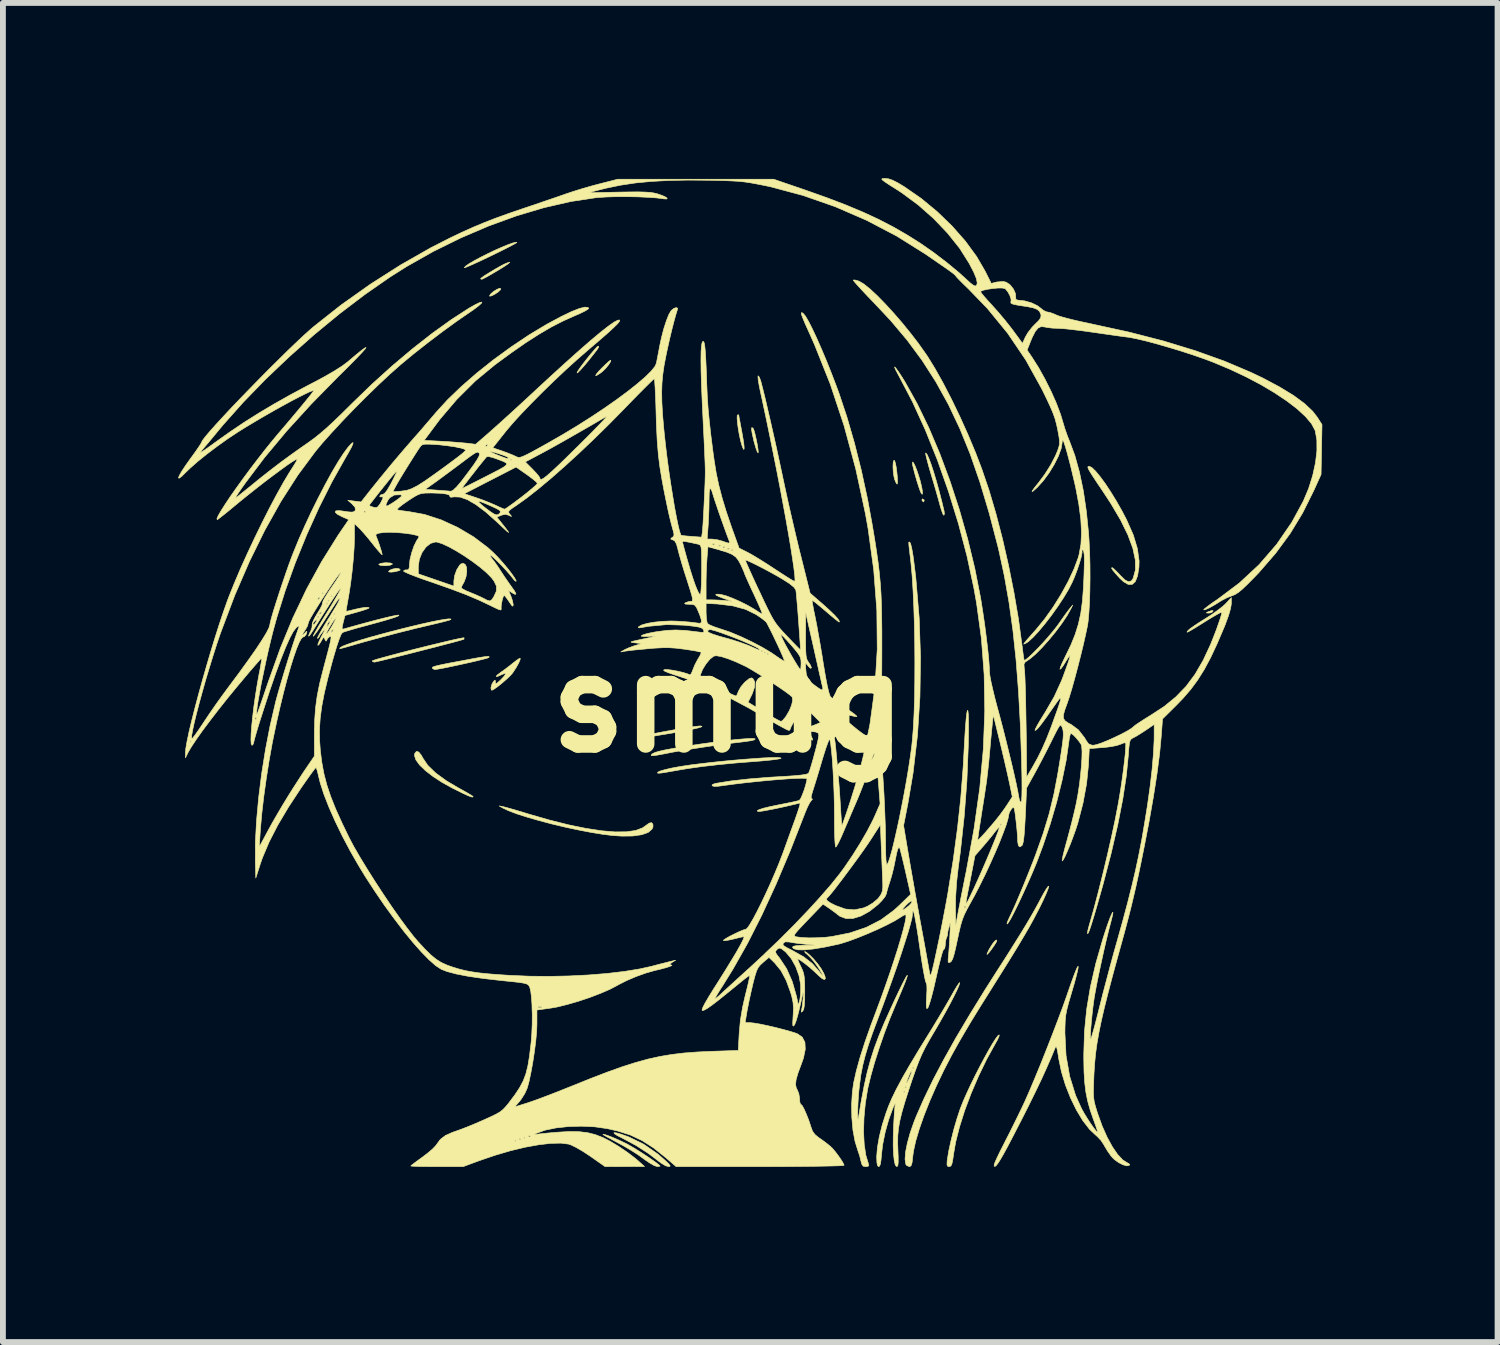
<source format=kicad_pcb>
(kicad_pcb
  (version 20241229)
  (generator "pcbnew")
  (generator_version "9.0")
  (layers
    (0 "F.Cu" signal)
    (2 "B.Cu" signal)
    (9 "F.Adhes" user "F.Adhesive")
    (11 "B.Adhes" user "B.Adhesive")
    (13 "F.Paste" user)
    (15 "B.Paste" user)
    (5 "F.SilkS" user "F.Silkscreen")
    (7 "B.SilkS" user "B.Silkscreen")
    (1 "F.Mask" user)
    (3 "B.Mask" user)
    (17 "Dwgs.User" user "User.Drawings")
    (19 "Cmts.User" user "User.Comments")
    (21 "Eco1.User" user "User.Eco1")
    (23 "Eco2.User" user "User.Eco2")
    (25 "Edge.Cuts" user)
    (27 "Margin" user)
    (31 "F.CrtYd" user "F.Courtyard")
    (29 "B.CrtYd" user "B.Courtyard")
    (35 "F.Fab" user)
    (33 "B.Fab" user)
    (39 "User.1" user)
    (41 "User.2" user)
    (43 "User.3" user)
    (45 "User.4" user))
  (footprint "smug"
    (layer "F.Cu")
    (at 9.419 8.997)
    (property "Reference" "smug" (at 0 0 0) (layer "F.SilkS") (effects (font (size 1.524 1.524) (thickness 0.3))))
    (attr through_hole)
    (fp_poly (pts (xy 3.352 -3.487) (xy 3.353 -3.48) (xy 3.344 -3.455) (xy 3.342 -3.454) (xy 3.32 -3.472) (xy 3.315 -3.48) (xy 3.317 -3.503) (xy 3.326 -3.505) (xy 3.352 -3.487)) (stroke (width 0.01) (type solid)) (fill yes) (layer "F.SilkS"))
    (fp_poly (pts (xy 8.299 -1.59) (xy 8.293 -1.575) (xy 8.258 -1.555) (xy 8.222 -1.551) (xy 8.183 -1.554) (xy 8.193 -1.564) (xy 8.217 -1.575) (xy 8.279 -1.596) (xy 8.299 -1.59)) (stroke (width 0.01) (type solid)) (fill yes) (layer "F.SilkS"))
    (fp_poly (pts (xy 1.161 0.468) (xy 1.178 0.48) (xy 1.209 0.519) (xy 1.228 0.566) (xy 1.229 0.602) (xy 1.217 0.61) (xy 1.189 0.59) (xy 1.153 0.545) (xy 1.127 0.491) (xy 1.131 0.463) (xy 1.161 0.468)) (stroke (width 0.01) (type solid)) (fill yes) (layer "F.SilkS"))
    (fp_poly (pts (xy -5.64 -2.312) (xy -5.637 -2.31) (xy -5.616 -2.29) (xy -5.64 -2.277) (xy -5.71 -2.259) (xy -5.773 -2.252) (xy -5.811 -2.256) (xy -5.817 -2.262) (xy -5.795 -2.286) (xy -5.744 -2.306) (xy -5.685 -2.317) (xy -5.64 -2.312)) (stroke (width 0.01) (type solid)) (fill yes) (layer "F.SilkS"))
    (fp_poly (pts (xy -5.782 -2.408) (xy -5.752 -2.395) (xy -5.753 -2.388) (xy -5.786 -2.372) (xy -5.85 -2.363) (xy -5.883 -2.362) (xy -5.953 -2.367) (xy -5.983 -2.38) (xy -5.982 -2.388) (xy -5.949 -2.403) (xy -5.884 -2.412) (xy -5.852 -2.413) (xy -5.782 -2.408)) (stroke (width 0.01) (type solid)) (fill yes) (layer "F.SilkS"))
    (fp_poly (pts (xy -3.894 -7.101) (xy -3.907 -7.08) (xy -3.946 -7.045) (xy -3.999 -7.01) (xy -4.05 -6.984) (xy -4.084 -6.976) (xy -4.089 -6.982) (xy -4.07 -7.013) (xy -4.023 -7.054) (xy -3.966 -7.091) (xy -3.919 -7.111) (xy -3.911 -7.112) (xy -3.894 -7.101)) (stroke (width 0.01) (type solid)) (fill yes) (layer "F.SilkS"))
    (fp_poly (pts (xy 4.597 4.056) (xy 4.584 4.087) (xy 4.55 4.141) (xy 4.507 4.202) (xy 4.465 4.257) (xy 4.435 4.289) (xy 4.428 4.293) (xy 4.432 4.273) (xy 4.456 4.223) (xy 4.474 4.19) (xy 4.52 4.116) (xy 4.56 4.065) (xy 4.588 4.044) (xy 4.597 4.056)) (stroke (width 0.01) (type solid)) (fill yes) (layer "F.SilkS"))
    (fp_poly (pts (xy -2.012 -5.881) (xy -2.017 -5.854) (xy -2.048 -5.805) (xy -2.096 -5.746) (xy -2.15 -5.692) (xy -2.183 -5.665) (xy -2.246 -5.624) (xy -2.272 -5.616) (xy -2.261 -5.641) (xy -2.213 -5.697) (xy -2.16 -5.752) (xy -2.093 -5.817) (xy -2.042 -5.863) (xy -2.014 -5.881) (xy -2.012 -5.881)) (stroke (width 0.01) (type solid)) (fill yes) (layer "F.SilkS"))
    (fp_poly (pts (xy 0.419 -4.72) (xy 0.423 -4.716) (xy 0.438 -4.684) (xy 0.456 -4.619) (xy 0.475 -4.536) (xy 0.493 -4.448) (xy 0.506 -4.369) (xy 0.512 -4.313) (xy 0.509 -4.293) (xy 0.494 -4.315) (xy 0.472 -4.376) (xy 0.446 -4.464) (xy 0.436 -4.502) (xy 0.409 -4.62) (xy 0.397 -4.694) (xy 0.4 -4.726) (xy 0.419 -4.72)) (stroke (width 0.01) (type solid)) (fill yes) (layer "F.SilkS"))
    (fp_poly (pts (xy 2.847 -4.159) (xy 2.86 -4.117) (xy 2.874 -4.047) (xy 2.885 -3.962) (xy 2.893 -3.877) (xy 2.896 -3.807) (xy 2.893 -3.765) (xy 2.889 -3.759) (xy 2.872 -3.78) (xy 2.85 -3.832) (xy 2.847 -3.839) (xy 2.833 -3.9) (xy 2.823 -3.974) (xy 2.819 -4.05) (xy 2.821 -4.115) (xy 2.828 -4.158) (xy 2.841 -4.166) (xy 2.847 -4.159)) (stroke (width 0.01) (type solid)) (fill yes) (layer "F.SilkS"))
    (fp_poly (pts (xy 3.173 -4.119) (xy 3.198 -4.068) (xy 3.227 -3.994) (xy 3.257 -3.905) (xy 3.286 -3.81) (xy 3.308 -3.717) (xy 3.316 -3.677) (xy 3.325 -3.607) (xy 3.318 -3.584) (xy 3.299 -3.609) (xy 3.281 -3.651) (xy 3.257 -3.72) (xy 3.228 -3.812) (xy 3.199 -3.912) (xy 3.174 -4.006) (xy 3.156 -4.079) (xy 3.15 -4.116) (xy 3.156 -4.138) (xy 3.173 -4.119)) (stroke (width 0.01) (type solid)) (fill yes) (layer "F.SilkS"))
    (fp_poly (pts (xy 0.178 -4.943) (xy 0.182 -4.914) (xy 0.195 -4.847) (xy 0.213 -4.75) (xy 0.23 -4.66) (xy 0.253 -4.529) (xy 0.267 -4.432) (xy 0.271 -4.371) (xy 0.265 -4.351) (xy 0.25 -4.375) (xy 0.231 -4.426) (xy 0.208 -4.508) (xy 0.187 -4.607) (xy 0.169 -4.712) (xy 0.156 -4.81) (xy 0.15 -4.889) (xy 0.152 -4.935) (xy 0.156 -4.942) (xy 0.177 -4.946) (xy 0.178 -4.943)) (stroke (width 0.01) (type solid)) (fill yes) (layer "F.SilkS"))
    (fp_poly (pts (xy -3.742 -7.555) (xy -3.772 -7.529) (xy -3.819 -7.497) (xy -3.892 -7.451) (xy -3.978 -7.399) (xy -4.066 -7.347) (xy -4.144 -7.303) (xy -4.201 -7.274) (xy -4.223 -7.265) (xy -4.242 -7.275) (xy -4.242 -7.275) (xy -4.221 -7.295) (xy -4.168 -7.332) (xy -4.092 -7.379) (xy -4.006 -7.431) (xy -3.921 -7.48) (xy -3.848 -7.519) (xy -3.798 -7.542) (xy -3.797 -7.542) (xy -3.748 -7.558) (xy -3.742 -7.555)) (stroke (width 0.01) (type solid)) (fill yes) (layer "F.SilkS"))
    (fp_poly (pts (xy -2.219 -6.117) (xy -2.222 -6.1) (xy -2.245 -6.064) (xy -2.291 -6.004) (xy -2.364 -5.912) (xy -2.394 -5.874) (xy -2.47 -5.783) (xy -2.531 -5.715) (xy -2.572 -5.673) (xy -2.59 -5.662) (xy -2.581 -5.686) (xy -2.578 -5.692) (xy -2.542 -5.746) (xy -2.488 -5.819) (xy -2.424 -5.901) (xy -2.359 -5.982) (xy -2.299 -6.052) (xy -2.254 -6.102) (xy -2.231 -6.121) (xy -2.231 -6.121) (xy -2.219 -6.117)) (stroke (width 0.01) (type solid)) (fill yes) (layer "F.SilkS"))
    (fp_poly (pts (xy -1.923 7.346) (xy -1.848 7.366) (xy -1.736 7.405) (xy -1.704 7.417) (xy -1.452 7.54) (xy -1.208 7.709) (xy -1.087 7.814) (xy -1.025 7.873) (xy -0.997 7.907) (xy -1 7.922) (xy -1.025 7.925) (xy -1.078 7.909) (xy -1.146 7.868) (xy -1.183 7.84) (xy -1.368 7.7) (xy -1.581 7.563) (xy -1.804 7.443) (xy -1.808 7.441) (xy -1.904 7.392) (xy -1.953 7.359) (xy -1.959 7.344) (xy -1.923 7.346)) (stroke (width 0.01) (type solid)) (fill yes) (layer "F.SilkS"))
    (fp_poly (pts (xy -3.621 -7.896) (xy -3.639 -7.883) (xy -3.697 -7.851) (xy -3.787 -7.804) (xy -3.903 -7.746) (xy -4.039 -7.679) (xy -4.066 -7.666) (xy -4.204 -7.6) (xy -4.326 -7.544) (xy -4.424 -7.5) (xy -4.491 -7.472) (xy -4.52 -7.463) (xy -4.521 -7.463) (xy -4.499 -7.49) (xy -4.439 -7.532) (xy -4.35 -7.584) (xy -4.24 -7.643) (xy -4.118 -7.704) (xy -3.993 -7.764) (xy -3.873 -7.817) (xy -3.767 -7.86) (xy -3.684 -7.889) (xy -3.632 -7.9) (xy -3.621 -7.896)) (stroke (width 0.01) (type solid)) (fill yes) (layer "F.SilkS"))
    (fp_poly (pts (xy 3.401 -4.269) (xy 3.432 -4.202) (xy 3.471 -4.099) (xy 3.514 -3.967) (xy 3.561 -3.811) (xy 3.609 -3.638) (xy 3.656 -3.455) (xy 3.694 -3.296) (xy 3.699 -3.246) (xy 3.688 -3.226) (xy 3.672 -3.249) (xy 3.65 -3.309) (xy 3.624 -3.394) (xy 3.62 -3.41) (xy 3.594 -3.505) (xy 3.558 -3.633) (xy 3.516 -3.777) (xy 3.472 -3.923) (xy 3.466 -3.943) (xy 3.43 -4.067) (xy 3.402 -4.172) (xy 3.383 -4.248) (xy 3.377 -4.289) (xy 3.379 -4.293) (xy 3.401 -4.269)) (stroke (width 0.01) (type solid)) (fill yes) (layer "F.SilkS"))
    (fp_poly (pts (xy -5.301 0.827) (xy -5.256 0.883) (xy -5.233 0.926) (xy -5.146 1.055) (xy -5.01 1.187) (xy -4.826 1.321) (xy -4.64 1.431) (xy -4.536 1.489) (xy -4.45 1.538) (xy -4.392 1.573) (xy -4.369 1.59) (xy -4.369 1.59) (xy -4.377 1.599) (xy -4.406 1.594) (xy -4.462 1.572) (xy -4.549 1.532) (xy -4.673 1.47) (xy -4.716 1.449) (xy -4.896 1.35) (xy -5.053 1.248) (xy -5.184 1.147) (xy -5.285 1.05) (xy -5.349 0.962) (xy -5.374 0.887) (xy -5.369 0.853) (xy -5.34 0.816) (xy -5.301 0.827)) (stroke (width 0.01) (type solid)) (fill yes) (layer "F.SilkS"))
    (fp_poly (pts (xy -0.451 0.387) (xy -0.466 0.399) (xy -0.526 0.417) (xy -0.627 0.44) (xy -0.766 0.468) (xy -0.941 0.499) (xy -0.987 0.507) (xy -1.159 0.535) (xy -1.287 0.557) (xy -1.378 0.571) (xy -1.439 0.579) (xy -1.474 0.581) (xy -1.492 0.579) (xy -1.498 0.572) (xy -1.499 0.564) (xy -1.475 0.555) (xy -1.41 0.539) (xy -1.314 0.519) (xy -1.194 0.496) (xy -1.061 0.471) (xy -0.922 0.446) (xy -0.788 0.423) (xy -0.668 0.404) (xy -0.569 0.39) (xy -0.502 0.382) (xy -0.483 0.381) (xy -0.451 0.387)) (stroke (width 0.01) (type solid)) (fill yes) (layer "F.SilkS"))
    (fp_poly (pts (xy -4.098 -0.808) (xy -4.094 -0.8) (xy -4.103 -0.789) (xy -4.133 -0.778) (xy -4.202 -0.76) (xy -4.302 -0.735) (xy -4.422 -0.707) (xy -4.553 -0.678) (xy -4.686 -0.649) (xy -4.809 -0.623) (xy -4.914 -0.602) (xy -4.992 -0.589) (xy -5.029 -0.584) (xy -5.062 -0.602) (xy -5.066 -0.607) (xy -5.069 -0.617) (xy -5.06 -0.627) (xy -5.034 -0.638) (xy -4.985 -0.651) (xy -4.906 -0.669) (xy -4.792 -0.692) (xy -4.636 -0.721) (xy -4.551 -0.737) (xy -4.383 -0.769) (xy -4.26 -0.791) (xy -4.175 -0.804) (xy -4.123 -0.81) (xy -4.098 -0.808)) (stroke (width 0.01) (type solid)) (fill yes) (layer "F.SilkS"))
    (fp_poly (pts (xy -2.119 7.375) (xy -2.056 7.396) (xy -1.968 7.43) (xy -1.866 7.475) (xy -1.761 7.525) (xy -1.742 7.534) (xy -1.669 7.575) (xy -1.577 7.63) (xy -1.477 7.693) (xy -1.378 7.758) (xy -1.288 7.82) (xy -1.218 7.871) (xy -1.176 7.906) (xy -1.168 7.916) (xy -1.19 7.922) (xy -1.226 7.922) (xy -1.271 7.906) (xy -1.343 7.865) (xy -1.427 7.808) (xy -1.453 7.789) (xy -1.549 7.72) (xy -1.672 7.642) (xy -1.805 7.564) (xy -1.889 7.518) (xy -1.991 7.463) (xy -2.075 7.418) (xy -2.13 7.386) (xy -2.148 7.372) (xy -2.119 7.375)) (stroke (width 0.01) (type solid)) (fill yes) (layer "F.SilkS"))
    (fp_poly (pts (xy 0.459 0.602) (xy 0.452 0.616) (xy 0.399 0.632) (xy 0.298 0.647) (xy 0.211 0.658) (xy 0.042 0.678) (xy -0.153 0.704) (xy -0.362 0.734) (xy -0.572 0.766) (xy -0.772 0.799) (xy -0.948 0.829) (xy -1.089 0.857) (xy -1.111 0.861) (xy -1.206 0.879) (xy -1.279 0.889) (xy -1.317 0.889) (xy -1.321 0.886) (xy -1.308 0.862) (xy -1.265 0.839) (xy -1.189 0.815) (xy -1.073 0.789) (xy -0.913 0.76) (xy -0.858 0.75) (xy -0.656 0.717) (xy -0.452 0.687) (xy -0.254 0.66) (xy -0.068 0.636) (xy 0.1 0.617) (xy 0.243 0.604) (xy 0.355 0.596) (xy 0.43 0.596) (xy 0.459 0.602)) (stroke (width 0.01) (type solid)) (fill yes) (layer "F.SilkS"))
    (fp_poly (pts (xy -4.526 -1.104) (xy -4.526 -1.104) (xy -4.553 -1.095) (xy -4.622 -1.075) (xy -4.725 -1.047) (xy -4.856 -1.013) (xy -5.007 -0.973) (xy -5.171 -0.931) (xy -5.34 -0.888) (xy -5.507 -0.845) (xy -5.665 -0.806) (xy -5.807 -0.771) (xy -5.924 -0.742) (xy -6.01 -0.722) (xy -6.058 -0.712) (xy -6.064 -0.712) (xy -6.094 -0.725) (xy -6.096 -0.733) (xy -6.072 -0.743) (xy -6.007 -0.764) (xy -5.906 -0.792) (xy -5.777 -0.827) (xy -5.627 -0.867) (xy -5.464 -0.909) (xy -5.294 -0.952) (xy -5.125 -0.994) (xy -4.963 -1.033) (xy -4.817 -1.068) (xy -4.693 -1.097) (xy -4.598 -1.117) (xy -4.539 -1.128) (xy -4.524 -1.128) (xy -4.526 -1.104)) (stroke (width 0.01) (type solid)) (fill yes) (layer "F.SilkS"))
    (fp_poly (pts (xy -4.748 -1.449) (xy -4.75 -1.441) (xy -4.778 -1.43) (xy -4.846 -1.411) (xy -4.945 -1.386) (xy -5.066 -1.357) (xy -5.105 -1.348) (xy -5.368 -1.286) (xy -5.658 -1.213) (xy -5.953 -1.135) (xy -6.232 -1.059) (xy -6.35 -1.025) (xy -6.48 -0.987) (xy -6.568 -0.962) (xy -6.622 -0.948) (xy -6.649 -0.943) (xy -6.655 -0.946) (xy -6.648 -0.955) (xy -6.642 -0.961) (xy -6.603 -0.984) (xy -6.526 -1.015) (xy -6.417 -1.052) (xy -6.281 -1.094) (xy -6.124 -1.14) (xy -5.953 -1.187) (xy -5.774 -1.235) (xy -5.591 -1.282) (xy -5.413 -1.326) (xy -5.244 -1.366) (xy -5.09 -1.4) (xy -4.957 -1.427) (xy -4.852 -1.445) (xy -4.781 -1.453) (xy -4.748 -1.449)) (stroke (width 0.01) (type solid)) (fill yes) (layer "F.SilkS"))
    (fp_poly (pts (xy 0.882 0.924) (xy 0.903 0.932) (xy 0.902 0.935) (xy 0.869 0.945) (xy 0.794 0.957) (xy 0.687 0.969) (xy 0.557 0.981) (xy 0.457 0.989) (xy 0.138 1.014) (xy -0.166 1.043) (xy -0.444 1.075) (xy -0.687 1.109) (xy -0.814 1.13) (xy -0.968 1.157) (xy -1.078 1.176) (xy -1.151 1.187) (xy -1.194 1.19) (xy -1.212 1.188) (xy -1.211 1.179) (xy -1.205 1.171) (xy -1.17 1.154) (xy -1.096 1.132) (xy -0.997 1.108) (xy -0.918 1.092) (xy -0.797 1.071) (xy -0.651 1.049) (xy -0.484 1.028) (xy -0.303 1.007) (xy -0.115 0.987) (xy 0.074 0.969) (xy 0.258 0.953) (xy 0.431 0.94) (xy 0.586 0.929) (xy 0.717 0.923) (xy 0.818 0.921) (xy 0.882 0.924)) (stroke (width 0.01) (type solid)) (fill yes) (layer "F.SilkS"))
    (fp_poly (pts (xy -3.861 1.761) (xy -3.815 1.773) (xy -3.731 1.796) (xy -3.619 1.829) (xy -3.488 1.868) (xy -3.416 1.89) (xy -3.065 1.991) (xy -2.739 2.073) (xy -2.441 2.134) (xy -2.173 2.175) (xy -1.94 2.195) (xy -1.743 2.193) (xy -1.585 2.17) (xy -1.469 2.126) (xy -1.452 2.114) (xy -1.395 2.073) (xy -1.355 2.045) (xy -1.316 2.036) (xy -1.292 2.062) (xy -1.29 2.109) (xy -1.306 2.146) (xy -1.372 2.204) (xy -1.483 2.243) (xy -1.635 2.265) (xy -1.823 2.267) (xy -1.981 2.257) (xy -2.157 2.235) (xy -2.358 2.202) (xy -2.576 2.16) (xy -2.803 2.111) (xy -3.029 2.057) (xy -3.247 1.999) (xy -3.448 1.941) (xy -3.624 1.885) (xy -3.766 1.831) (xy -3.861 1.786) (xy -3.924 1.75) (xy -3.861 1.761)) (stroke (width 0.01) (type solid)) (fill yes) (layer "F.SilkS"))
    (fp_poly (pts (xy 4.638 5.671) (xy 4.633 5.698) (xy 4.607 5.754) (xy 4.571 5.818) (xy 4.422 6.088) (xy 4.283 6.376) (xy 4.156 6.672) (xy 4.046 6.965) (xy 3.957 7.247) (xy 3.891 7.507) (xy 3.858 7.698) (xy 3.842 7.808) (xy 3.828 7.876) (xy 3.812 7.911) (xy 3.791 7.924) (xy 3.782 7.925) (xy 3.754 7.919) (xy 3.743 7.891) (xy 3.746 7.831) (xy 3.749 7.804) (xy 3.773 7.657) (xy 3.812 7.48) (xy 3.86 7.288) (xy 3.915 7.1) (xy 3.971 6.931) (xy 3.977 6.916) (xy 4.023 6.8) (xy 4.083 6.665) (xy 4.152 6.517) (xy 4.227 6.364) (xy 4.305 6.212) (xy 4.382 6.067) (xy 4.455 5.935) (xy 4.52 5.823) (xy 4.575 5.737) (xy 4.615 5.684) (xy 4.637 5.67) (xy 4.638 5.671)) (stroke (width 0.01) (type solid)) (fill yes) (layer "F.SilkS"))
    (fp_poly (pts (xy -3.566 -0.749) (xy -3.592 -0.691) (xy -3.633 -0.618) (xy -3.682 -0.542) (xy -3.701 -0.516) (xy -3.743 -0.47) (xy -3.807 -0.411) (xy -3.881 -0.347) (xy -3.954 -0.289) (xy -4.014 -0.247) (xy -4.049 -0.229) (xy -4.05 -0.229) (xy -4.062 -0.25) (xy -4.064 -0.275) (xy -4.049 -0.331) (xy -4.027 -0.37) (xy -3.999 -0.404) (xy -3.99 -0.398) (xy -3.989 -0.37) (xy -3.983 -0.345) (xy -3.963 -0.35) (xy -3.919 -0.388) (xy -3.899 -0.406) (xy -3.837 -0.472) (xy -3.814 -0.51) (xy -3.829 -0.518) (xy -3.884 -0.496) (xy -3.889 -0.494) (xy -3.952 -0.466) (xy -3.975 -0.466) (xy -3.958 -0.49) (xy -3.9 -0.534) (xy -3.893 -0.539) (xy -3.816 -0.594) (xy -3.728 -0.662) (xy -3.686 -0.696) (xy -3.624 -0.744) (xy -3.579 -0.774) (xy -3.563 -0.778) (xy -3.566 -0.749)) (stroke (width 0.01) (type solid)) (fill yes) (layer "F.SilkS"))
    (fp_poly (pts (xy 6.224 -4.042) (xy 6.287 -3.981) (xy 6.365 -3.887) (xy 6.454 -3.766) (xy 6.548 -3.623) (xy 6.645 -3.465) (xy 6.74 -3.298) (xy 6.818 -3.148) (xy 6.932 -2.89) (xy 7.003 -2.654) (xy 7.032 -2.442) (xy 7.029 -2.336) (xy 7.006 -2.19) (xy 6.968 -2.092) (xy 6.915 -2.043) (xy 6.847 -2.041) (xy 6.765 -2.089) (xy 6.703 -2.146) (xy 6.631 -2.226) (xy 6.581 -2.286) (xy 6.56 -2.322) (xy 6.568 -2.33) (xy 6.582 -2.323) (xy 6.617 -2.293) (xy 6.672 -2.238) (xy 6.714 -2.192) (xy 6.792 -2.117) (xy 6.853 -2.087) (xy 6.901 -2.103) (xy 6.93 -2.147) (xy 6.969 -2.291) (xy 6.967 -2.462) (xy 6.925 -2.66) (xy 6.841 -2.887) (xy 6.717 -3.141) (xy 6.55 -3.424) (xy 6.415 -3.631) (xy 6.317 -3.776) (xy 6.245 -3.885) (xy 6.196 -3.962) (xy 6.167 -4.013) (xy 6.155 -4.044) (xy 6.157 -4.059) (xy 6.171 -4.064) (xy 6.18 -4.064) (xy 6.224 -4.042)) (stroke (width 0.01) (type solid)) (fill yes) (layer "F.SilkS"))
    (fp_poly (pts (xy 5.486 3.128) (xy 5.474 3.169) (xy 5.443 3.247) (xy 5.393 3.358) (xy 5.332 3.484) (xy 5.272 3.6) (xy 5.21 3.717) (xy 5.141 3.841) (xy 5.062 3.976) (xy 4.97 4.131) (xy 4.86 4.311) (xy 4.729 4.522) (xy 4.602 4.724) (xy 4.455 4.959) (xy 4.331 5.156) (xy 4.227 5.324) (xy 4.139 5.468) (xy 4.064 5.595) (xy 3.996 5.711) (xy 3.932 5.822) (xy 3.869 5.935) (xy 3.822 6.02) (xy 3.689 6.276) (xy 3.565 6.536) (xy 3.451 6.795) (xy 3.352 7.044) (xy 3.27 7.277) (xy 3.208 7.485) (xy 3.169 7.663) (xy 3.157 7.753) (xy 3.147 7.846) (xy 3.134 7.899) (xy 3.114 7.922) (xy 3.098 7.925) (xy 3.052 7.905) (xy 3.038 7.885) (xy 3.025 7.799) (xy 3.034 7.677) (xy 3.064 7.524) (xy 3.112 7.35) (xy 3.178 7.161) (xy 3.216 7.064) (xy 3.349 6.762) (xy 3.504 6.441) (xy 3.685 6.097) (xy 3.892 5.727) (xy 4.129 5.328) (xy 4.395 4.896) (xy 4.604 4.568) (xy 4.761 4.324) (xy 4.892 4.116) (xy 5.003 3.938) (xy 5.097 3.784) (xy 5.177 3.648) (xy 5.248 3.524) (xy 5.313 3.405) (xy 5.334 3.365) (xy 5.401 3.241) (xy 5.449 3.162) (xy 5.477 3.124) (xy 5.486 3.128)) (stroke (width 0.01) (type solid)) (fill yes) (layer "F.SilkS"))
    (fp_poly (pts (xy 3.962 4.777) (xy 3.95 4.82) (xy 3.915 4.9) (xy 3.862 5.009) (xy 3.794 5.141) (xy 3.714 5.287) (xy 3.627 5.441) (xy 3.537 5.596) (xy 3.519 5.626) (xy 3.439 5.762) (xy 3.372 5.883) (xy 3.314 6) (xy 3.261 6.124) (xy 3.207 6.266) (xy 3.147 6.436) (xy 3.091 6.604) (xy 3.023 6.816) (xy 2.972 6.991) (xy 2.936 7.139) (xy 2.913 7.271) (xy 2.901 7.397) (xy 2.899 7.527) (xy 2.903 7.637) (xy 2.908 7.766) (xy 2.908 7.851) (xy 2.903 7.901) (xy 2.891 7.922) (xy 2.883 7.925) (xy 2.859 7.9) (xy 2.841 7.831) (xy 2.829 7.721) (xy 2.822 7.578) (xy 2.823 7.405) (xy 2.828 7.252) (xy 2.835 7.122) (xy 2.842 7.006) (xy 2.85 6.914) (xy 2.857 6.861) (xy 2.858 6.858) (xy 2.857 6.844) (xy 2.841 6.871) (xy 2.819 6.92) (xy 2.745 7.121) (xy 2.684 7.339) (xy 2.641 7.552) (xy 2.624 7.703) (xy 2.613 7.818) (xy 2.601 7.889) (xy 2.584 7.921) (xy 2.574 7.925) (xy 2.555 7.91) (xy 2.544 7.861) (xy 2.54 7.771) (xy 2.54 7.75) (xy 2.552 7.599) (xy 2.584 7.415) (xy 2.634 7.213) (xy 2.7 7.005) (xy 2.74 6.896) (xy 2.8 6.755) (xy 2.855 6.642) (xy 2.997 6.642) (xy 3.01 6.655) (xy 3.023 6.642) (xy 3.01 6.629) (xy 2.997 6.642) (xy 2.855 6.642) (xy 2.88 6.591) (xy 2.894 6.566) (xy 3.023 6.566) (xy 3.035 6.579) (xy 3.048 6.566) (xy 3.035 6.553) (xy 3.023 6.566) (xy 2.894 6.566) (xy 2.932 6.495) (xy 3.05 6.495) (xy 3.05 6.497) (xy 3.06 6.487) (xy 3.083 6.442) (xy 3.101 6.403) (xy 3.128 6.337) (xy 3.141 6.291) (xy 3.141 6.282) (xy 3.127 6.296) (xy 3.104 6.342) (xy 3.079 6.402) (xy 3.058 6.458) (xy 3.05 6.495) (xy 2.932 6.495) (xy 2.983 6.399) (xy 3.077 6.236) (xy 3.15 6.236) (xy 3.162 6.248) (xy 3.175 6.236) (xy 3.162 6.223) (xy 3.15 6.236) (xy 3.077 6.236) (xy 3.111 6.177) (xy 3.265 5.92) (xy 3.394 5.711) (xy 3.49 5.556) (xy 3.588 5.394) (xy 3.681 5.238) (xy 3.761 5.101) (xy 3.816 5.004) (xy 3.872 4.905) (xy 3.918 4.829) (xy 3.949 4.784) (xy 3.962 4.775) (xy 3.962 4.777)) (stroke (width 0.01) (type solid)) (fill yes) (layer "F.SilkS"))
    (fp_poly (pts (xy 2.745 -8.985) (xy 2.814 -8.961) (xy 2.901 -8.917) (xy 3.012 -8.85) (xy 3.301 -8.65) (xy 3.577 -8.422) (xy 3.832 -8.175) (xy 4.06 -7.916) (xy 4.252 -7.653) (xy 4.398 -7.401) (xy 4.501 -7.195) (xy 4.594 -7.219) (xy 4.705 -7.228) (xy 4.757 -7.216) (xy 4.823 -7.171) (xy 4.88 -7.1) (xy 4.915 -7.022) (xy 4.919 -6.966) (xy 4.922 -6.921) (xy 4.955 -6.909) (xy 5.072 -6.896) (xy 5.191 -6.862) (xy 5.292 -6.813) (xy 5.337 -6.779) (xy 5.396 -6.732) (xy 5.451 -6.707) (xy 5.463 -6.706) (xy 5.517 -6.694) (xy 5.59 -6.666) (xy 5.615 -6.654) (xy 5.67 -6.633) (xy 5.767 -6.606) (xy 5.894 -6.573) (xy 6.042 -6.539) (xy 6.203 -6.505) (xy 6.224 -6.5) (xy 6.861 -6.361) (xy 7.451 -6.209) (xy 7.994 -6.043) (xy 8.494 -5.864) (xy 8.951 -5.67) (xy 9.15 -5.575) (xy 9.436 -5.423) (xy 9.674 -5.278) (xy 9.863 -5.139) (xy 10.004 -5.006) (xy 10.082 -4.905) (xy 10.163 -4.778) (xy 10.155 -4.351) (xy 10.147 -3.924) (xy 10.022 -3.648) (xy 9.832 -3.266) (xy 9.617 -2.912) (xy 9.37 -2.576) (xy 9.083 -2.245) (xy 9.007 -2.166) (xy 8.891 -2.048) (xy 8.802 -1.963) (xy 8.732 -1.905) (xy 8.675 -1.869) (xy 8.626 -1.849) (xy 8.537 -1.815) (xy 8.444 -1.766) (xy 8.42 -1.751) (xy 8.325 -1.692) (xy 8.24 -1.644) (xy 8.175 -1.614) (xy 8.14 -1.606) (xy 8.137 -1.608) (xy 8.153 -1.625) (xy 8.203 -1.665) (xy 8.279 -1.721) (xy 8.375 -1.786) (xy 8.749 -2.067) (xy 9.087 -2.381) (xy 9.386 -2.727) (xy 9.645 -3.103) (xy 9.843 -3.467) (xy 9.933 -3.681) (xy 10.003 -3.903) (xy 10.051 -4.122) (xy 10.076 -4.328) (xy 10.075 -4.513) (xy 10.048 -4.667) (xy 10.043 -4.682) (xy 9.984 -4.793) (xy 9.88 -4.916) (xy 9.737 -5.048) (xy 9.559 -5.184) (xy 9.351 -5.323) (xy 9.117 -5.462) (xy 8.862 -5.596) (xy 8.591 -5.724) (xy 8.308 -5.843) (xy 8.141 -5.906) (xy 7.947 -5.973) (xy 7.741 -6.04) (xy 7.532 -6.103) (xy 7.331 -6.161) (xy 7.147 -6.21) (xy 6.989 -6.247) (xy 6.867 -6.271) (xy 6.845 -6.274) (xy 6.759 -6.285) (xy 6.636 -6.302) (xy 6.488 -6.323) (xy 6.329 -6.346) (xy 6.223 -6.361) (xy 6.067 -6.383) (xy 5.918 -6.401) (xy 5.787 -6.416) (xy 5.686 -6.424) (xy 5.639 -6.426) (xy 5.542 -6.43) (xy 5.454 -6.441) (xy 5.419 -6.449) (xy 5.356 -6.456) (xy 5.303 -6.431) (xy 5.253 -6.371) (xy 5.201 -6.268) (xy 5.176 -6.208) (xy 5.115 -6.054) (xy 5.2 -5.929) (xy 5.311 -5.754) (xy 5.421 -5.556) (xy 5.525 -5.348) (xy 5.616 -5.143) (xy 5.687 -4.954) (xy 5.728 -4.818) (xy 5.761 -4.708) (xy 5.805 -4.583) (xy 5.841 -4.493) (xy 5.931 -4.252) (xy 6.01 -3.967) (xy 6.077 -3.646) (xy 6.129 -3.294) (xy 6.167 -2.918) (xy 6.175 -2.796) (xy 6.185 -2.592) (xy 6.191 -2.373) (xy 6.192 -2.15) (xy 6.189 -1.932) (xy 6.183 -1.729) (xy 6.172 -1.55) (xy 6.159 -1.406) (xy 6.148 -1.333) (xy 6.116 -1.182) (xy 6.076 -1.005) (xy 6.029 -0.813) (xy 5.979 -0.616) (xy 5.928 -0.426) (xy 5.88 -0.254) (xy 5.836 -0.11) (xy 5.801 -0.007) (xy 5.758 0.112) (xy 5.736 0.194) (xy 5.737 0.25) (xy 5.762 0.291) (xy 5.815 0.328) (xy 5.869 0.356) (xy 5.992 0.447) (xy 6.099 0.584) (xy 6.127 0.632) (xy 6.168 0.688) (xy 6.221 0.709) (xy 6.254 0.711) (xy 6.31 0.699) (xy 6.398 0.669) (xy 6.506 0.625) (xy 6.622 0.572) (xy 6.736 0.517) (xy 6.833 0.465) (xy 6.904 0.421) (xy 6.931 0.398) (xy 6.965 0.369) (xy 7.034 0.322) (xy 7.127 0.262) (xy 7.232 0.197) (xy 7.463 0.046) (xy 7.662 -0.117) (xy 7.837 -0.298) (xy 7.99 -0.504) (xy 8.129 -0.743) (xy 8.258 -1.02) (xy 8.355 -1.267) (xy 8.394 -1.379) (xy 8.426 -1.473) (xy 8.445 -1.539) (xy 8.449 -1.567) (xy 8.449 -1.567) (xy 8.424 -1.559) (xy 8.366 -1.528) (xy 8.283 -1.48) (xy 8.194 -1.426) (xy 8.091 -1.361) (xy 7.998 -1.303) (xy 7.927 -1.261) (xy 7.894 -1.242) (xy 7.855 -1.223) (xy 7.854 -1.232) (xy 7.872 -1.255) (xy 7.907 -1.285) (xy 7.976 -1.334) (xy 8.068 -1.395) (xy 8.164 -1.455) (xy 8.277 -1.527) (xy 8.383 -1.603) (xy 8.47 -1.671) (xy 8.515 -1.713) (xy 8.611 -1.816) (xy 8.611 -1.711) (xy 8.598 -1.629) (xy 8.562 -1.506) (xy 8.505 -1.35) (xy 8.484 -1.299) (xy 8.366 -1.023) (xy 8.256 -0.788) (xy 8.148 -0.586) (xy 8.037 -0.409) (xy 7.918 -0.247) (xy 7.786 -0.094) (xy 7.673 0.023) (xy 7.433 0.261) (xy 7.411 0.556) (xy 7.383 0.856) (xy 7.338 1.202) (xy 7.277 1.593) (xy 7.201 2.026) (xy 7.124 2.426) (xy 7.072 2.685) (xy 7.025 2.911) (xy 6.981 3.115) (xy 6.936 3.308) (xy 6.89 3.5) (xy 6.838 3.704) (xy 6.778 3.929) (xy 6.707 4.186) (xy 6.667 4.331) (xy 6.576 4.664) (xy 6.5 4.954) (xy 6.436 5.209) (xy 6.384 5.434) (xy 6.343 5.635) (xy 6.311 5.819) (xy 6.287 5.992) (xy 6.271 6.159) (xy 6.26 6.328) (xy 6.257 6.401) (xy 6.252 6.546) (xy 6.25 6.653) (xy 6.253 6.736) (xy 6.263 6.808) (xy 6.281 6.882) (xy 6.308 6.971) (xy 6.325 7.023) (xy 6.4 7.231) (xy 6.484 7.42) (xy 6.573 7.583) (xy 6.663 7.715) (xy 6.751 7.81) (xy 6.832 7.861) (xy 6.837 7.863) (xy 6.871 7.885) (xy 6.864 7.903) (xy 6.823 7.912) (xy 6.757 7.894) (xy 6.68 7.855) (xy 6.607 7.802) (xy 6.557 7.751) (xy 6.497 7.666) (xy 6.441 7.574) (xy 6.432 7.556) (xy 6.38 7.477) (xy 6.315 7.408) (xy 6.3 7.396) (xy 6.184 7.287) (xy 6.068 7.137) (xy 5.958 6.954) (xy 5.857 6.747) (xy 5.77 6.526) (xy 5.702 6.3) (xy 5.656 6.077) (xy 5.654 6.062) (xy 5.636 5.951) (xy 5.622 5.888) (xy 5.609 5.869) (xy 5.6 5.88) (xy 5.525 6.061) (xy 5.445 6.243) (xy 5.358 6.435) (xy 5.257 6.645) (xy 5.141 6.881) (xy 5.004 7.152) (xy 4.985 7.188) (xy 4.874 7.404) (xy 4.783 7.578) (xy 4.71 7.712) (xy 4.653 7.81) (xy 4.611 7.875) (xy 4.581 7.911) (xy 4.566 7.921) (xy 4.551 7.917) (xy 4.551 7.894) (xy 4.566 7.849) (xy 4.599 7.775) (xy 4.651 7.667) (xy 4.726 7.52) (xy 4.735 7.501) (xy 4.815 7.345) (xy 4.896 7.182) (xy 4.972 7.027) (xy 5.036 6.894) (xy 5.071 6.82) (xy 5.151 6.639) (xy 5.243 6.421) (xy 5.343 6.179) (xy 5.445 5.923) (xy 5.546 5.665) (xy 5.641 5.417) (xy 5.726 5.19) (xy 5.795 4.996) (xy 5.805 4.966) (xy 5.871 4.776) (xy 5.923 4.634) (xy 5.96 4.542) (xy 5.983 4.497) (xy 5.991 4.501) (xy 5.983 4.553) (xy 5.959 4.653) (xy 5.919 4.801) (xy 5.863 4.991) (xy 5.822 5.132) (xy 5.794 5.241) (xy 5.776 5.336) (xy 5.767 5.433) (xy 5.763 5.548) (xy 5.762 5.639) (xy 5.781 6.021) (xy 5.843 6.378) (xy 5.946 6.709) (xy 6.048 6.934) (xy 6.093 7.015) (xy 6.147 7.103) (xy 6.202 7.188) (xy 6.254 7.261) (xy 6.295 7.313) (xy 6.32 7.337) (xy 6.325 7.333) (xy 6.316 7.304) (xy 6.294 7.24) (xy 6.263 7.151) (xy 6.249 7.115) (xy 6.193 6.952) (xy 6.151 6.802) (xy 6.121 6.651) (xy 6.101 6.489) (xy 6.089 6.304) (xy 6.085 6.084) (xy 6.085 5.994) (xy 6.097 5.611) (xy 6.134 5.233) (xy 6.198 4.849) (xy 6.29 4.449) (xy 6.413 4.023) (xy 6.451 3.904) (xy 6.495 3.773) (xy 6.532 3.672) (xy 6.561 3.604) (xy 6.579 3.571) (xy 6.585 3.576) (xy 6.577 3.624) (xy 6.554 3.715) (xy 6.551 3.728) (xy 6.513 3.872) (xy 6.47 4.047) (xy 6.425 4.241) (xy 6.381 4.443) (xy 6.339 4.639) (xy 6.303 4.819) (xy 6.275 4.969) (xy 6.262 5.046) (xy 6.244 5.177) (xy 6.228 5.313) (xy 6.215 5.443) (xy 6.205 5.56) (xy 6.2 5.654) (xy 6.199 5.717) (xy 6.205 5.74) (xy 6.206 5.739) (xy 6.216 5.711) (xy 6.237 5.641) (xy 6.266 5.537) (xy 6.301 5.404) (xy 6.34 5.251) (xy 6.361 5.167) (xy 6.413 4.96) (xy 6.475 4.726) (xy 6.539 4.484) (xy 6.601 4.256) (xy 6.652 4.077) (xy 6.751 3.722) (xy 6.836 3.405) (xy 6.909 3.115) (xy 6.973 2.843) (xy 7.029 2.578) (xy 7.081 2.309) (xy 7.129 2.026) (xy 7.173 1.753) (xy 7.219 1.427) (xy 7.254 1.126) (xy 7.277 0.857) (xy 7.289 0.626) (xy 7.29 0.552) (xy 7.29 0.355) (xy 7.144 0.455) (xy 7.059 0.51) (xy 6.981 0.558) (xy 6.932 0.584) (xy 6.901 0.601) (xy 6.881 0.625) (xy 6.868 0.666) (xy 6.859 0.735) (xy 6.85 0.842) (xy 6.849 0.868) (xy 6.814 1.227) (xy 6.753 1.63) (xy 6.666 2.075) (xy 6.553 2.563) (xy 6.415 3.093) (xy 6.32 3.429) (xy 6.263 3.623) (xy 6.218 3.77) (xy 6.185 3.87) (xy 6.162 3.925) (xy 6.15 3.938) (xy 6.148 3.924) (xy 6.154 3.884) (xy 6.17 3.82) (xy 6.173 3.81) (xy 6.251 3.536) (xy 6.331 3.234) (xy 6.411 2.915) (xy 6.488 2.593) (xy 6.56 2.277) (xy 6.623 1.982) (xy 6.674 1.718) (xy 6.69 1.626) (xy 6.717 1.463) (xy 6.741 1.297) (xy 6.763 1.135) (xy 6.781 0.986) (xy 6.795 0.857) (xy 6.802 0.756) (xy 6.804 0.691) (xy 6.8 0.67) (xy 6.771 0.671) (xy 6.718 0.692) (xy 6.712 0.695) (xy 6.652 0.715) (xy 6.559 0.734) (xy 6.448 0.748) (xy 6.408 0.751) (xy 6.179 0.769) (xy 6.165 1.051) (xy 6.133 1.368) (xy 6.071 1.705) (xy 5.983 2.042) (xy 5.981 2.049) (xy 5.944 2.163) (xy 5.9 2.285) (xy 5.854 2.406) (xy 5.808 2.516) (xy 5.768 2.607) (xy 5.736 2.669) (xy 5.716 2.692) (xy 5.716 2.692) (xy 5.716 2.669) (xy 5.728 2.606) (xy 5.751 2.512) (xy 5.782 2.395) (xy 5.797 2.343) (xy 5.84 2.183) (xy 5.885 2.008) (xy 5.926 1.84) (xy 5.957 1.702) (xy 5.985 1.552) (xy 6.01 1.39) (xy 6.029 1.226) (xy 6.044 1.068) (xy 6.053 0.927) (xy 6.055 0.811) (xy 6.049 0.73) (xy 6.041 0.701) (xy 6.006 0.648) (xy 5.958 0.589) (xy 5.909 0.538) (xy 5.871 0.51) (xy 5.864 0.508) (xy 5.852 0.531) (xy 5.838 0.59) (xy 5.829 0.654) (xy 5.784 0.968) (xy 5.713 1.314) (xy 5.622 1.681) (xy 5.512 2.056) (xy 5.386 2.431) (xy 5.278 2.718) (xy 5.222 2.854) (xy 5.158 3.003) (xy 5.089 3.157) (xy 5.019 3.309) (xy 4.952 3.451) (xy 4.89 3.576) (xy 4.838 3.676) (xy 4.798 3.743) (xy 4.777 3.771) (xy 4.77 3.761) (xy 4.785 3.718) (xy 4.809 3.666) (xy 4.856 3.567) (xy 4.918 3.429) (xy 4.988 3.265) (xy 5.064 3.083) (xy 5.14 2.894) (xy 5.214 2.708) (xy 5.259 2.59) (xy 5.389 2.224) (xy 5.493 1.881) (xy 5.575 1.541) (xy 5.637 1.215) (xy 5.672 1.004) (xy 5.698 0.837) (xy 5.717 0.708) (xy 5.729 0.61) (xy 5.734 0.538) (xy 5.733 0.484) (xy 5.727 0.444) (xy 5.717 0.41) (xy 5.715 0.407) (xy 5.702 0.379) (xy 5.69 0.367) (xy 5.673 0.376) (xy 5.648 0.414) (xy 5.61 0.484) (xy 5.556 0.592) (xy 5.531 0.642) (xy 5.458 0.787) (xy 5.378 0.942) (xy 5.3 1.09) (xy 5.242 1.197) (xy 5.106 1.442) (xy 5.085 1.913) (xy 5.074 2.111) (xy 5.063 2.259) (xy 5.05 2.36) (xy 5.036 2.415) (xy 5.031 2.424) (xy 4.993 2.452) (xy 4.966 2.432) (xy 4.954 2.366) (xy 4.953 2.334) (xy 4.95 2.263) (xy 4.941 2.159) (xy 4.929 2.041) (xy 4.923 1.989) (xy 4.909 1.877) (xy 4.898 1.809) (xy 4.887 1.777) (xy 4.874 1.774) (xy 4.855 1.793) (xy 4.847 1.803) (xy 4.813 1.857) (xy 4.801 1.898) (xy 4.789 1.965) (xy 4.758 2.071) (xy 4.708 2.207) (xy 4.645 2.368) (xy 4.57 2.545) (xy 4.486 2.732) (xy 4.398 2.922) (xy 4.307 3.107) (xy 4.217 3.281) (xy 4.148 3.406) (xy 4.087 3.517) (xy 4.041 3.609) (xy 4.007 3.695) (xy 3.978 3.79) (xy 3.95 3.909) (xy 3.923 4.035) (xy 3.89 4.188) (xy 3.863 4.297) (xy 3.84 4.369) (xy 3.817 4.41) (xy 3.802 4.424) (xy 3.775 4.434) (xy 3.763 4.421) (xy 3.763 4.375) (xy 3.769 4.314) (xy 3.776 4.232) (xy 3.783 4.134) (xy 3.789 4.031) (xy 3.794 3.931) (xy 3.798 3.845) (xy 3.799 3.782) (xy 3.797 3.752) (xy 3.794 3.759) (xy 3.779 3.824) (xy 3.767 3.861) (xy 3.756 3.908) (xy 3.756 3.922) (xy 3.752 3.963) (xy 3.744 3.985) (xy 3.726 4.033) (xy 3.717 4.086) (xy 3.712 4.148) (xy 3.703 4.195) (xy 3.687 4.206) (xy 3.675 4.226) (xy 3.655 4.287) (xy 3.629 4.385) (xy 3.598 4.51) (xy 3.565 4.656) (xy 3.559 4.681) (xy 3.515 4.875) (xy 3.476 5.027) (xy 3.444 5.136) (xy 3.419 5.202) (xy 3.4 5.222) (xy 3.39 5.196) (xy 3.388 5.122) (xy 3.394 5.02) (xy 3.4 4.9) (xy 3.398 4.818) (xy 3.387 4.78) (xy 3.386 4.779) (xy 3.375 4.75) (xy 3.359 4.678) (xy 3.339 4.571) (xy 3.316 4.435) (xy 3.292 4.279) (xy 3.281 4.201) (xy 3.248 3.973) (xy 3.219 3.793) (xy 3.195 3.661) (xy 3.177 3.579) (xy 3.163 3.546) (xy 3.154 3.562) (xy 3.151 3.616) (xy 3.142 3.676) (xy 3.116 3.777) (xy 3.077 3.914) (xy 3.024 4.081) (xy 2.962 4.273) (xy 2.891 4.483) (xy 2.813 4.706) (xy 2.73 4.937) (xy 2.645 5.169) (xy 2.559 5.397) (xy 2.559 5.397) (xy 2.469 5.637) (xy 2.398 5.842) (xy 2.343 6.023) (xy 2.301 6.189) (xy 2.269 6.353) (xy 2.246 6.525) (xy 2.234 6.635) (xy 2.226 6.732) (xy 2.22 6.833) (xy 2.216 6.93) (xy 2.214 7.014) (xy 2.215 7.077) (xy 2.218 7.11) (xy 2.223 7.106) (xy 2.227 7.087) (xy 2.277 6.792) (xy 2.326 6.536) (xy 2.377 6.309) (xy 2.434 6.099) (xy 2.499 5.895) (xy 2.577 5.686) (xy 2.671 5.461) (xy 2.785 5.208) (xy 2.837 5.095) (xy 2.922 4.915) (xy 2.988 4.781) (xy 3.034 4.693) (xy 3.06 4.651) (xy 3.066 4.653) (xy 3.052 4.7) (xy 3.018 4.79) (xy 2.963 4.923) (xy 2.888 5.099) (xy 2.858 5.169) (xy 2.765 5.393) (xy 2.672 5.637) (xy 2.585 5.888) (xy 2.506 6.134) (xy 2.441 6.363) (xy 2.393 6.56) (xy 2.386 6.591) (xy 2.345 6.842) (xy 2.322 7.091) (xy 2.315 7.328) (xy 2.326 7.544) (xy 2.354 7.731) (xy 2.399 7.879) (xy 2.399 7.88) (xy 2.404 7.913) (xy 2.371 7.924) (xy 2.353 7.925) (xy 2.308 7.917) (xy 2.284 7.883) (xy 2.27 7.83) (xy 2.248 7.739) (xy 2.219 7.654) (xy 2.218 7.652) (xy 2.169 7.494) (xy 2.133 7.301) (xy 2.114 7.086) (xy 2.11 6.863) (xy 2.123 6.646) (xy 2.146 6.486) (xy 2.191 6.286) (xy 2.254 6.058) (xy 2.337 5.798) (xy 2.442 5.5) (xy 2.528 5.271) (xy 2.612 5.045) (xy 2.693 4.818) (xy 2.77 4.596) (xy 2.84 4.384) (xy 2.903 4.187) (xy 2.955 4.011) (xy 2.997 3.86) (xy 3.026 3.741) (xy 3.041 3.657) (xy 3.039 3.615) (xy 3.037 3.613) (xy 3.011 3.618) (xy 2.962 3.646) (xy 2.954 3.652) (xy 2.854 3.714) (xy 2.717 3.786) (xy 2.556 3.863) (xy 2.384 3.938) (xy 2.212 4.008) (xy 2.052 4.067) (xy 1.918 4.109) (xy 1.881 4.118) (xy 1.651 4.167) (xy 1.457 4.199) (xy 1.303 4.215) (xy 1.19 4.214) (xy 1.12 4.195) (xy 1.098 4.171) (xy 1.109 4.154) (xy 1.157 4.143) (xy 1.249 4.137) (xy 1.287 4.136) (xy 1.486 4.133) (xy 1.295 4.115) (xy 1.193 4.104) (xy 1.102 4.091) (xy 1.042 4.08) (xy 1.04 4.079) (xy 0.973 4.077) (xy 0.943 4.098) (xy 0.934 4.12) (xy 0.95 4.144) (xy 0.998 4.175) (xy 1.085 4.219) (xy 1.097 4.225) (xy 1.288 4.332) (xy 1.437 4.448) (xy 1.552 4.58) (xy 1.6 4.642) (xy 1.622 4.665) (xy 1.62 4.652) (xy 1.596 4.608) (xy 1.551 4.537) (xy 1.525 4.497) (xy 1.463 4.413) (xy 1.4 4.34) (xy 1.354 4.296) (xy 1.314 4.262) (xy 1.307 4.243) (xy 1.311 4.243) (xy 1.342 4.26) (xy 1.394 4.305) (xy 1.455 4.365) (xy 1.53 4.454) (xy 1.59 4.538) (xy 1.632 4.613) (xy 1.656 4.672) (xy 1.66 4.71) (xy 1.642 4.723) (xy 1.601 4.703) (xy 1.536 4.646) (xy 1.523 4.633) (xy 1.457 4.571) (xy 1.381 4.504) (xy 1.303 4.443) (xy 1.237 4.395) (xy 1.194 4.37) (xy 1.187 4.369) (xy 1.191 4.389) (xy 1.214 4.443) (xy 1.242 4.502) (xy 1.271 4.565) (xy 1.29 4.624) (xy 1.301 4.691) (xy 1.307 4.78) (xy 1.308 4.903) (xy 1.308 4.933) (xy 1.306 5.075) (xy 1.3 5.174) (xy 1.289 5.235) (xy 1.273 5.263) (xy 1.249 5.281) (xy 1.25 5.257) (xy 1.253 5.245) (xy 1.263 5.193) (xy 1.273 5.11) (xy 1.28 5.042) (xy 1.285 4.978) (xy 1.287 4.942) (xy 1.284 4.938) (xy 1.274 4.97) (xy 1.257 5.043) (xy 1.231 5.159) (xy 1.216 5.225) (xy 1.189 5.332) (xy 1.162 5.425) (xy 1.138 5.488) (xy 1.129 5.504) (xy 1.112 5.52) (xy 1.104 5.509) (xy 1.102 5.464) (xy 1.107 5.377) (xy 1.109 5.344) (xy 1.115 5.218) (xy 1.108 5.116) (xy 1.086 5.012) (xy 1.068 4.95) (xy 0.991 4.739) (xy 0.901 4.57) (xy 0.793 4.438) (xy 0.79 4.435) (xy 0.696 4.343) (xy 0.592 4.431) (xy 0.546 4.474) (xy 0.512 4.516) (xy 0.485 4.57) (xy 0.46 4.646) (xy 0.43 4.757) (xy 0.421 4.794) (xy 0.389 4.932) (xy 0.357 5.077) (xy 0.331 5.207) (xy 0.32 5.264) (xy 0.287 5.461) (xy 0.379 5.461) (xy 0.443 5.468) (xy 0.544 5.485) (xy 0.668 5.511) (xy 0.803 5.542) (xy 0.936 5.576) (xy 1.056 5.609) (xy 1.149 5.638) (xy 1.181 5.65) (xy 1.265 5.708) (xy 1.311 5.796) (xy 1.317 5.916) (xy 1.286 6.067) (xy 1.247 6.177) (xy 1.192 6.324) (xy 1.16 6.436) (xy 1.151 6.518) (xy 1.163 6.579) (xy 1.179 6.608) (xy 1.206 6.673) (xy 1.219 6.754) (xy 1.219 6.762) (xy 1.224 6.824) (xy 1.237 6.856) (xy 1.241 6.858) (xy 1.264 6.88) (xy 1.297 6.94) (xy 1.335 7.026) (xy 1.375 7.126) (xy 1.41 7.231) (xy 1.413 7.243) (xy 1.442 7.32) (xy 1.484 7.377) (xy 1.553 7.433) (xy 1.582 7.452) (xy 1.666 7.513) (xy 1.743 7.575) (xy 1.782 7.612) (xy 1.836 7.676) (xy 1.892 7.751) (xy 1.941 7.823) (xy 1.974 7.88) (xy 1.981 7.903) (xy 1.957 7.907) (xy 1.886 7.911) (xy 1.773 7.914) (xy 1.623 7.917) (xy 1.44 7.92) (xy 1.23 7.922) (xy 0.995 7.924) (xy 0.741 7.925) (xy 0.543 7.925) (xy -0.894 7.925) (xy -1.076 7.768) (xy -1.28 7.605) (xy -1.475 7.48) (xy -1.675 7.385) (xy -1.895 7.315) (xy -2.07 7.275) (xy -2.284 7.244) (xy -2.51 7.233) (xy -2.735 7.239) (xy -2.948 7.262) (xy -3.137 7.301) (xy -3.277 7.351) (xy -3.32 7.373) (xy -3.325 7.38) (xy -3.315 7.377) (xy -3.271 7.37) (xy -3.188 7.36) (xy -3.077 7.349) (xy -2.949 7.338) (xy -2.925 7.336) (xy -2.721 7.324) (xy -2.553 7.327) (xy -2.41 7.344) (xy -2.278 7.377) (xy -2.146 7.428) (xy -2.02 7.493) (xy -1.875 7.581) (xy -1.727 7.681) (xy -1.595 7.782) (xy -1.549 7.821) (xy -1.435 7.923) (xy -2.11 7.925) (xy -2.364 7.747) (xy -2.49 7.664) (xy -2.605 7.597) (xy -2.698 7.552) (xy -2.733 7.54) (xy -2.868 7.523) (xy -3.042 7.527) (xy -3.248 7.551) (xy -3.479 7.593) (xy -3.729 7.653) (xy -3.991 7.73) (xy -4.258 7.821) (xy -4.54 7.925) (xy -4.988 7.925) (xy -5.132 7.924) (xy -5.257 7.923) (xy -5.355 7.92) (xy -5.417 7.917) (xy -5.436 7.914) (xy -5.416 7.895) (xy -5.364 7.855) (xy -5.289 7.8) (xy -5.239 7.764) (xy -5.147 7.694) (xy -5.068 7.627) (xy -5.013 7.571) (xy -5 7.553) (xy -4.946 7.48) (xy -3.658 7.48) (xy -3.645 7.493) (xy -3.632 7.48) (xy -3.645 7.468) (xy -3.658 7.48) (xy -4.946 7.48) (xy -4.932 7.462) (xy -4.924 7.455) (xy -3.581 7.455) (xy -3.569 7.468) (xy -3.556 7.455) (xy -3.569 7.442) (xy -3.581 7.455) (xy -4.924 7.455) (xy -4.891 7.429) (xy -3.505 7.429) (xy -3.493 7.442) (xy -3.48 7.429) (xy -3.493 7.417) (xy -3.505 7.429) (xy -4.891 7.429) (xy -4.853 7.4) (xy -3.421 7.4) (xy -3.417 7.415) (xy -3.404 7.417) (xy -3.383 7.408) (xy -3.387 7.4) (xy -3.417 7.397) (xy -3.421 7.4) (xy -4.853 7.4) (xy -4.844 7.393) (xy -4.723 7.338) (xy -4.673 7.321) (xy -4.585 7.29) (xy -4.466 7.244) (xy -4.331 7.188) (xy -4.197 7.13) (xy -4.193 7.128) (xy -4.064 7.07) (xy -3.972 7.025) (xy -3.905 6.986) (xy -3.854 6.944) (xy -3.807 6.894) (xy -3.754 6.829) (xy -3.754 6.828) (xy -3.651 6.691) (xy -3.572 6.571) (xy -3.511 6.456) (xy -3.466 6.336) (xy -3.432 6.2) (xy -3.405 6.037) (xy -3.381 5.836) (xy -3.376 5.797) (xy -3.365 5.648) (xy -3.358 5.486) (xy -3.357 5.323) (xy -3.361 5.199) (xy -3.261 5.199) (xy -3.226 5.203) (xy -3.19 5.199) (xy -3.194 5.19) (xy -3.246 5.187) (xy -3.258 5.19) (xy -3.261 5.199) (xy -3.361 5.199) (xy -3.361 5.167) (xy -3.37 5.031) (xy -3.383 4.923) (xy -3.4 4.854) (xy -3.402 4.85) (xy -3.415 4.826) (xy -3.433 4.808) (xy -3.464 4.794) (xy -3.515 4.782) (xy -3.593 4.77) (xy -3.706 4.758) (xy -3.862 4.742) (xy -3.882 4.74) (xy -4.188 4.705) (xy -4.447 4.668) (xy -4.658 4.627) (xy -4.82 4.584) (xy -4.914 4.547) (xy -5.008 4.486) (xy -5.123 4.385) (xy -5.255 4.25) (xy -5.402 4.084) (xy -5.559 3.892) (xy -5.722 3.678) (xy -5.889 3.449) (xy -6.054 3.207) (xy -6.216 2.958) (xy -6.331 2.769) (xy -6.475 2.518) (xy -6.61 2.263) (xy -6.732 2.011) (xy -6.838 1.771) (xy -6.924 1.551) (xy -6.986 1.359) (xy -7.013 1.251) (xy -7.032 1.169) (xy -7.049 1.112) (xy -7.06 1.092) (xy -7.078 1.112) (xy -7.12 1.167) (xy -7.18 1.25) (xy -7.253 1.354) (xy -7.306 1.429) (xy -7.53 1.77) (xy -7.716 2.083) (xy -7.864 2.372) (xy -7.977 2.64) (xy -8.017 2.756) (xy -8.09 2.985) (xy -8.098 2.705) (xy -8.097 2.451) (xy -8.03 2.451) (xy -7.88 2.172) (xy -7.807 2.039) (xy -7.717 1.883) (xy -7.622 1.722) (xy -7.533 1.577) (xy -7.532 1.575) (xy -7.449 1.443) (xy -7.362 1.308) (xy -7.283 1.186) (xy -7.218 1.09) (xy -7.21 1.078) (xy -7.087 0.898) (xy -7.087 0.516) (xy -7.085 0.436) (xy -7 0.436) (xy -6.998 0.621) (xy -6.985 0.803) (xy -6.959 1.008) (xy -6.923 1.202) (xy -6.873 1.393) (xy -6.806 1.592) (xy -6.72 1.808) (xy -6.611 2.048) (xy -6.496 2.286) (xy -6.414 2.442) (xy -6.308 2.625) (xy -6.185 2.827) (xy -6.05 3.041) (xy -5.909 3.257) (xy -5.767 3.468) (xy -5.629 3.665) (xy -5.5 3.84) (xy -5.387 3.986) (xy -5.316 4.069) (xy -5.194 4.202) (xy -5.092 4.302) (xy -5.001 4.376) (xy -4.912 4.432) (xy -4.814 4.476) (xy -4.729 4.506) (xy -4.619 4.54) (xy -4.51 4.568) (xy -4.393 4.59) (xy -4.261 4.609) (xy -4.103 4.625) (xy -3.91 4.64) (xy -3.734 4.651) (xy -3.407 4.665) (xy -3.068 4.668) (xy -2.727 4.661) (xy -2.392 4.644) (xy -2.072 4.618) (xy -1.776 4.583) (xy -1.514 4.54) (xy -1.316 4.496) (xy -1.196 4.464) (xy -1.088 4.437) (xy -1.006 4.416) (xy -0.965 4.406) (xy -0.902 4.391) (xy -0.965 4.43) (xy -1.001 4.458) (xy -0.993 4.47) (xy -0.991 4.47) (xy -0.966 4.477) (xy -0.988 4.492) (xy -1.052 4.515) (xy -1.155 4.543) (xy -1.257 4.567) (xy -1.409 4.61) (xy -1.577 4.67) (xy -1.741 4.74) (xy -1.88 4.81) (xy -1.905 4.825) (xy -2.029 4.89) (xy -2.189 4.959) (xy -2.372 5.029) (xy -2.566 5.094) (xy -2.756 5.149) (xy -2.929 5.192) (xy -3.044 5.212) (xy -3.277 5.244) (xy -3.277 5.486) (xy -3.282 5.615) (xy -3.297 5.776) (xy -3.32 5.956) (xy -3.348 6.141) (xy -3.38 6.316) (xy -3.412 6.469) (xy -3.443 6.581) (xy -3.484 6.673) (xy -3.544 6.768) (xy -3.569 6.801) (xy -3.657 6.903) (xy -3.435 6.833) (xy -3.344 6.802) (xy -3.217 6.756) (xy -3.064 6.698) (xy -2.897 6.633) (xy -2.727 6.565) (xy -2.679 6.546) (xy -2.356 6.416) (xy -2.072 6.307) (xy -1.818 6.216) (xy -1.588 6.143) (xy -1.375 6.084) (xy -1.17 6.039) (xy -0.968 6.005) (xy -0.76 5.98) (xy -0.539 5.963) (xy -0.307 5.952) (xy 0.17 5.936) (xy 0.186 5.64) (xy 0.206 5.419) (xy 0.244 5.195) (xy 0.288 5.002) (xy 0.319 4.878) (xy 0.344 4.773) (xy 0.36 4.696) (xy 0.367 4.655) (xy 0.367 4.652) (xy 0.345 4.663) (xy 0.293 4.701) (xy 0.219 4.76) (xy 0.148 4.818) (xy -0.026 4.96) (xy -0.165 5.072) (xy -0.273 5.155) (xy -0.352 5.211) (xy -0.407 5.243) (xy -0.44 5.254) (xy -0.445 5.253) (xy -0.45 5.238) (xy -0.435 5.196) (xy -0.398 5.124) (xy -0.353 5.048) (xy -0.229 5.048) (xy -0.212 5.042) (xy -0.17 5.009) (xy -0.133 4.975) (xy -0.085 4.93) (xy -0.006 4.858) (xy 0.095 4.766) (xy 0.21 4.661) (xy 0.333 4.549) (xy 0.343 4.541) (xy 0.612 4.292) (xy 0.644 4.26) (xy 0.809 4.26) (xy 0.834 4.301) (xy 0.877 4.355) (xy 0.997 4.536) (xy 1.094 4.756) (xy 1.169 5.018) (xy 1.196 5.155) (xy 1.203 5.142) (xy 1.217 5.093) (xy 1.224 5.067) (xy 1.235 4.985) (xy 1.239 4.88) (xy 1.237 4.806) (xy 1.209 4.654) (xy 1.153 4.501) (xy 1.076 4.363) (xy 0.987 4.257) (xy 0.972 4.243) (xy 0.914 4.198) (xy 0.878 4.183) (xy 0.849 4.195) (xy 0.834 4.207) (xy 0.811 4.234) (xy 0.809 4.26) (xy 0.644 4.26) (xy 0.875 4.039) (xy 0.952 3.962) (xy 1.131 3.962) (xy 1.133 3.978) (xy 1.151 3.988) (xy 1.165 3.991) (xy 1.254 4.003) (xy 1.377 4.009) (xy 1.518 4.007) (xy 1.66 3.999) (xy 1.765 3.987) (xy 2.082 3.924) (xy 2.362 3.829) (xy 2.613 3.7) (xy 2.838 3.534) (xy 2.84 3.532) (xy 2.98 3.532) (xy 3.004 3.524) (xy 3.058 3.485) (xy 3.095 3.455) (xy 3.134 3.412) (xy 3.145 3.378) (xy 3.145 3.378) (xy 3.125 3.38) (xy 3.081 3.412) (xy 3.035 3.457) (xy 2.989 3.51) (xy 2.98 3.532) (xy 2.84 3.532) (xy 2.923 3.456) (xy 3.121 3.264) (xy 3.032 2.87) (xy 3.001 2.736) (xy 2.973 2.62) (xy 2.95 2.531) (xy 2.936 2.477) (xy 2.931 2.466) (xy 2.916 2.463) (xy 2.9 2.491) (xy 2.882 2.556) (xy 2.86 2.664) (xy 2.854 2.696) (xy 2.829 2.817) (xy 2.798 2.939) (xy 2.768 3.039) (xy 2.765 3.048) (xy 2.736 3.137) (xy 2.714 3.215) (xy 2.707 3.251) (xy 2.683 3.303) (xy 2.627 3.373) (xy 2.562 3.439) (xy 2.417 3.554) (xy 2.273 3.634) (xy 2.137 3.676) (xy 2.014 3.678) (xy 1.911 3.64) (xy 1.888 3.623) (xy 1.819 3.569) (xy 1.739 3.511) (xy 1.718 3.497) (xy 1.621 3.431) (xy 1.359 3.703) (xy 1.259 3.808) (xy 1.19 3.882) (xy 1.149 3.931) (xy 1.131 3.962) (xy 0.952 3.962) (xy 1.126 3.788) (xy 1.36 3.543) (xy 1.545 3.341) (xy 1.678 3.341) (xy 1.693 3.373) (xy 1.75 3.412) (xy 1.835 3.455) (xy 2.002 3.515) (xy 2.157 3.529) (xy 2.311 3.497) (xy 2.378 3.47) (xy 2.471 3.414) (xy 2.553 3.346) (xy 2.579 3.316) (xy 2.617 3.26) (xy 2.637 3.207) (xy 2.644 3.138) (xy 2.643 3.053) (xy 2.639 2.967) (xy 2.634 2.843) (xy 2.628 2.697) (xy 2.622 2.542) (xy 2.619 2.477) (xy 2.603 2.07) (xy 2.451 2.307) (xy 2.394 2.393) (xy 2.32 2.5) (xy 2.233 2.622) (xy 2.138 2.752) (xy 2.041 2.883) (xy 1.947 3.009) (xy 1.861 3.122) (xy 1.789 3.215) (xy 1.734 3.281) (xy 1.704 3.313) (xy 1.702 3.315) (xy 1.678 3.341) (xy 1.545 3.341) (xy 1.572 3.311) (xy 1.758 3.097) (xy 1.912 2.905) (xy 1.99 2.798) (xy 2.127 2.596) (xy 2.258 2.387) (xy 2.375 2.185) (xy 2.47 2.002) (xy 2.509 1.918) (xy 2.598 1.714) (xy 2.569 1.346) (xy 2.553 1.156) (xy 2.54 1.013) (xy 2.529 0.915) (xy 2.518 0.859) (xy 2.505 0.843) (xy 2.489 0.863) (xy 2.468 0.916) (xy 2.442 1) (xy 2.423 1.061) (xy 2.377 1.202) (xy 2.318 1.366) (xy 2.254 1.53) (xy 2.208 1.641) (xy 2.145 1.787) (xy 2.077 1.946) (xy 2.012 2.097) (xy 1.97 2.196) (xy 1.925 2.299) (xy 1.884 2.384) (xy 1.853 2.439) (xy 1.839 2.456) (xy 1.832 2.434) (xy 1.825 2.366) (xy 1.82 2.256) (xy 1.817 2.108) (xy 1.816 1.926) (xy 1.816 1.899) (xy 1.814 1.71) (xy 1.809 1.514) (xy 1.801 1.317) (xy 1.791 1.129) (xy 1.78 0.957) (xy 1.766 0.809) (xy 1.753 0.694) (xy 1.739 0.62) (xy 1.736 0.61) (xy 1.724 0.62) (xy 1.702 0.672) (xy 1.671 0.758) (xy 1.634 0.873) (xy 1.602 0.978) (xy 1.559 1.124) (xy 1.517 1.263) (xy 1.48 1.383) (xy 1.452 1.472) (xy 1.441 1.505) (xy 1.419 1.582) (xy 1.419 1.62) (xy 1.43 1.626) (xy 1.44 1.638) (xy 1.42 1.658) (xy 1.393 1.696) (xy 1.356 1.767) (xy 1.317 1.859) (xy 1.309 1.88) (xy 1.062 2.511) (xy 0.816 3.092) (xy 0.571 3.624) (xy 0.326 4.108) (xy 0.08 4.543) (xy -0.092 4.821) (xy -0.15 4.911) (xy -0.196 4.986) (xy -0.223 5.035) (xy -0.229 5.048) (xy -0.353 5.048) (xy -0.336 5.018) (xy -0.248 4.876) (xy -0.176 4.763) (xy -0.05 4.562) (xy 0.058 4.386) (xy 0.146 4.239) (xy 0.211 4.123) (xy 0.252 4.041) (xy 0.268 3.996) (xy 0.264 3.988) (xy 0.233 3.994) (xy 0.168 4.009) (xy 0.097 4.027) (xy 0.012 4.046) (xy -0.055 4.056) (xy -0.085 4.055) (xy -0.076 4.042) (xy -0.032 4.013) (xy 0.035 3.976) (xy 0.114 3.937) (xy 0.191 3.9) (xy 0.257 3.873) (xy 0.299 3.861) (xy 0.302 3.861) (xy 0.328 3.838) (xy 0.371 3.775) (xy 0.427 3.679) (xy 0.493 3.554) (xy 0.566 3.408) (xy 0.642 3.248) (xy 0.719 3.08) (xy 0.793 2.91) (xy 0.862 2.744) (xy 0.922 2.59) (xy 0.938 2.547) (xy 1.019 2.322) (xy 1.085 2.14) (xy 1.137 1.997) (xy 1.175 1.888) (xy 1.202 1.809) (xy 1.218 1.755) (xy 1.226 1.722) (xy 1.226 1.705) (xy 1.22 1.701) (xy 1.208 1.703) (xy 1.194 1.708) (xy 1.188 1.71) (xy 1.039 1.745) (xy 0.893 1.778) (xy 0.758 1.806) (xy 0.643 1.828) (xy 0.558 1.842) (xy 0.512 1.846) (xy 0.508 1.846) (xy 0.494 1.833) (xy 0.526 1.814) (xy 0.599 1.79) (xy 0.71 1.763) (xy 0.854 1.733) (xy 0.899 1.724) (xy 1.016 1.701) (xy 1.116 1.68) (xy 1.188 1.663) (xy 1.217 1.653) (xy 1.239 1.623) (xy 1.267 1.559) (xy 1.298 1.477) (xy 1.324 1.392) (xy 1.342 1.32) (xy 1.346 1.286) (xy 1.322 1.278) (xy 1.254 1.276) (xy 1.149 1.279) (xy 1.013 1.287) (xy 0.853 1.299) (xy 0.676 1.314) (xy 0.487 1.333) (xy 0.295 1.353) (xy 0.104 1.376) (xy -0.078 1.4) (xy -0.171 1.413) (xy -0.241 1.416) (xy -0.278 1.405) (xy -0.276 1.386) (xy -0.23 1.367) (xy -0.21 1.363) (xy 0.047 1.322) (xy 0.353 1.288) (xy 0.707 1.259) (xy 0.937 1.246) (xy 1.115 1.234) (xy 1.244 1.222) (xy 1.328 1.209) (xy 1.369 1.195) (xy 1.373 1.191) (xy 1.39 1.15) (xy 1.415 1.072) (xy 1.445 0.97) (xy 1.476 0.856) (xy 1.506 0.744) (xy 1.53 0.644) (xy 1.543 0.582) (xy 1.815 0.582) (xy 1.821 0.614) (xy 1.831 0.688) (xy 1.842 0.796) (xy 1.855 0.93) (xy 1.869 1.082) (xy 1.883 1.243) (xy 1.896 1.404) (xy 1.907 1.559) (xy 1.916 1.698) (xy 1.92 1.759) (xy 1.927 1.88) (xy 1.934 1.981) (xy 1.94 2.052) (xy 1.945 2.082) (xy 1.945 2.083) (xy 1.956 2.06) (xy 1.978 1.996) (xy 2.012 1.899) (xy 2.053 1.777) (xy 2.096 1.646) (xy 2.158 1.447) (xy 2.215 1.257) (xy 2.264 1.081) (xy 2.303 0.926) (xy 2.332 0.798) (xy 2.348 0.703) (xy 2.35 0.647) (xy 2.346 0.636) (xy 2.312 0.618) (xy 2.244 0.592) (xy 2.161 0.562) (xy 2.065 0.533) (xy 1.997 0.523) (xy 1.937 0.528) (xy 1.902 0.537) (xy 1.843 0.559) (xy 1.815 0.578) (xy 1.815 0.582) (xy 1.543 0.582) (xy 1.545 0.57) (xy 1.549 0.54) (xy 1.539 0.504) (xy 1.499 0.485) (xy 1.451 0.479) (xy 1.354 0.469) (xy 1.405 0.539) (xy 1.436 0.59) (xy 1.444 0.622) (xy 1.442 0.624) (xy 1.417 0.617) (xy 1.371 0.586) (xy 1.318 0.541) (xy 1.272 0.496) (xy 1.246 0.462) (xy 1.245 0.456) (xy 1.267 0.436) (xy 1.322 0.414) (xy 1.349 0.406) (xy 1.431 0.381) (xy 1.503 0.354) (xy 1.515 0.349) (xy 1.577 0.321) (xy 1.443 0.186) (xy 1.377 0.121) (xy 1.323 0.073) (xy 1.294 0.051) (xy 1.292 0.051) (xy 1.27 0.072) (xy 1.257 0.102) (xy 1.233 0.151) (xy 1.188 0.22) (xy 1.154 0.267) (xy 1.106 0.337) (xy 1.074 0.395) (xy 1.067 0.419) (xy 1.05 0.453) (xy 1.035 0.457) (xy 1.003 0.445) (xy 0.936 0.41) (xy 0.842 0.359) (xy 0.73 0.294) (xy 0.66 0.253) (xy 0.349 0.074) (xy 0.043 -0.089) (xy -0.25 -0.232) (xy -0.521 -0.351) (xy -0.763 -0.443) (xy -0.811 -0.458) (xy -0.483 -0.458) (xy -0.462 -0.44) (xy -0.406 -0.405) (xy -0.324 -0.359) (xy -0.228 -0.306) (xy -0.125 -0.253) (xy -0.028 -0.203) (xy 0.055 -0.163) (xy 0.114 -0.137) (xy 0.138 -0.132) (xy 0.15 -0.158) (xy 0.173 -0.213) (xy 0.177 -0.222) (xy 0.217 -0.292) (xy 0.278 -0.364) (xy 0.298 -0.382) (xy 0.357 -0.429) (xy 0.396 -0.442) (xy 0.421 -0.43) (xy 0.453 -0.372) (xy 0.449 -0.285) (xy 0.411 -0.174) (xy 0.397 -0.144) (xy 0.337 -0.025) (xy 0.607 0.139) (xy 0.712 0.202) (xy 0.802 0.254) (xy 0.868 0.289) (xy 0.901 0.304) (xy 0.902 0.304) (xy 0.931 0.285) (xy 0.972 0.237) (xy 0.987 0.217) (xy 1.044 0.119) (xy 1.083 0.024) (xy 1.101 -0.057) (xy 1.094 -0.111) (xy 1.091 -0.116) (xy 1.053 -0.149) (xy 0.981 -0.203) (xy 0.883 -0.271) (xy 0.768 -0.348) (xy 0.646 -0.427) (xy 0.525 -0.504) (xy 0.415 -0.571) (xy 0.324 -0.624) (xy 0.285 -0.644) (xy 0.135 -0.714) (xy -0.001 -0.768) (xy -0.116 -0.805) (xy -0.202 -0.821) (xy -0.249 -0.815) (xy -0.317 -0.761) (xy -0.385 -0.678) (xy -0.442 -0.585) (xy -0.477 -0.497) (xy -0.483 -0.458) (xy -0.811 -0.458) (xy -0.819 -0.461) (xy -0.953 -0.504) (xy -1.043 -0.536) (xy -1.093 -0.559) (xy -1.109 -0.574) (xy -1.094 -0.584) (xy -1.092 -0.584) (xy -1.043 -0.585) (xy -0.961 -0.574) (xy -0.864 -0.556) (xy -0.769 -0.533) (xy -0.693 -0.509) (xy -0.658 -0.494) (xy -0.639 -0.508) (xy -0.616 -0.557) (xy -0.609 -0.578) (xy -0.575 -0.662) (xy -0.528 -0.752) (xy -0.516 -0.771) (xy -0.481 -0.831) (xy -0.474 -0.851) (xy 0.66 -0.851) (xy 0.673 -0.838) (xy 0.686 -0.851) (xy 0.673 -0.864) (xy 0.66 -0.851) (xy -0.474 -0.851) (xy -0.465 -0.873) (xy -0.466 -0.876) (xy 0.61 -0.876) (xy 0.622 -0.864) (xy 0.635 -0.876) (xy 0.622 -0.889) (xy 0.61 -0.876) (xy -0.466 -0.876) (xy -0.466 -0.881) (xy -0.495 -0.89) (xy -0.558 -0.902) (xy 0.559 -0.902) (xy 0.572 -0.889) (xy 0.584 -0.902) (xy 0.572 -0.914) (xy 0.559 -0.902) (xy -0.558 -0.902) (xy -0.563 -0.903) (xy -0.66 -0.919) (xy -0.754 -0.933) (xy -0.889 -0.95) (xy -1.006 -0.958) (xy -1.124 -0.958) (xy -1.262 -0.951) (xy -1.359 -0.943) (xy -1.49 -0.93) (xy -1.61 -0.919) (xy -1.705 -0.908) (xy -1.762 -0.9) (xy -1.765 -0.9) (xy -1.841 -0.886) (xy -1.778 -0.923) (xy -1.714 -0.953) (xy -1.629 -0.985) (xy -1.6 -0.994) (xy -1.486 -1.029) (xy -1.6 -1.042) (xy -1.648 -1.048) (xy -1.667 -1.055) (xy -1.653 -1.064) (xy -1.601 -1.077) (xy -1.506 -1.098) (xy -1.448 -1.11) (xy -1.335 -1.134) (xy -1.27 -1.149) (xy -1.248 -1.157) (xy -1.267 -1.158) (xy -1.325 -1.155) (xy -1.346 -1.153) (xy -1.439 -1.149) (xy -1.486 -1.153) (xy -1.489 -1.165) (xy -1.454 -1.182) (xy -1.382 -1.203) (xy -1.277 -1.224) (xy -1.203 -1.236) (xy -1.045 -1.256) (xy -0.899 -1.262) (xy -0.744 -1.255) (xy -0.563 -1.234) (xy -0.526 -1.229) (xy -0.454 -1.221) (xy -0.422 -1.225) (xy -0.419 -1.238) (xy -0.356 -1.238) (xy -0.332 -1.218) (xy -0.265 -1.19) (xy -0.162 -1.157) (xy -0.083 -1.135) (xy 0.051 -1.098) (xy 0.186 -1.055) (xy 0.303 -1.013) (xy 0.356 -0.992) (xy 0.438 -0.956) (xy 0.499 -0.929) (xy 0.527 -0.917) (xy 0.527 -0.917) (xy 0.533 -0.929) (xy 0.511 -0.949) (xy 0.45 -0.982) (xy 0.359 -1.024) (xy 0.248 -1.072) (xy 0.126 -1.121) (xy 0.001 -1.169) (xy -0.115 -1.211) (xy -0.215 -1.245) (xy -0.29 -1.265) (xy -0.322 -1.27) (xy -0.353 -1.251) (xy -0.356 -1.238) (xy -0.419 -1.238) (xy -0.418 -1.244) (xy -0.421 -1.253) (xy -0.435 -1.278) (xy -0.461 -1.297) (xy -0.507 -1.312) (xy -0.583 -1.325) (xy -0.697 -1.338) (xy -0.758 -1.344) (xy -1.054 -1.354) (xy -1.366 -1.325) (xy -1.473 -1.306) (xy -1.529 -1.298) (xy -1.543 -1.307) (xy -1.535 -1.318) (xy -1.482 -1.348) (xy -1.389 -1.375) (xy -1.268 -1.396) (xy -1.129 -1.41) (xy -0.984 -1.416) (xy -0.876 -1.413) (xy -0.758 -1.405) (xy -0.65 -1.396) (xy -0.568 -1.386) (xy -0.54 -1.382) (xy -0.487 -1.376) (xy -0.462 -1.391) (xy -0.462 -1.433) (xy -0.486 -1.509) (xy -0.511 -1.571) (xy -0.544 -1.646) (xy -0.573 -1.685) (xy -0.611 -1.7) (xy -0.67 -1.702) (xy -0.733 -1.705) (xy -0.749 -1.716) (xy -0.748 -1.717) (xy -0.381 -1.717) (xy -0.381 -1.563) (xy -0.377 -1.475) (xy -0.367 -1.405) (xy -0.358 -1.374) (xy -0.324 -1.351) (xy -0.254 -1.321) (xy -0.161 -1.289) (xy -0.123 -1.277) (xy 0.033 -1.224) (xy 0.213 -1.149) (xy 0.401 -1.06) (xy 0.581 -0.965) (xy 0.737 -0.872) (xy 0.8 -0.829) (xy 0.875 -0.777) (xy 0.932 -0.741) (xy 0.961 -0.727) (xy 0.962 -0.727) (xy 0.955 -0.751) (xy 0.93 -0.813) (xy 0.891 -0.903) (xy 0.84 -1.014) (xy 0.824 -1.047) (xy 0.768 -1.165) (xy 0.758 -1.185) (xy 0.897 -1.185) (xy 0.903 -1.159) (xy 0.931 -1.1) (xy 0.973 -1.017) (xy 1.026 -0.921) (xy 1.082 -0.821) (xy 1.137 -0.728) (xy 1.185 -0.65) (xy 1.219 -0.599) (xy 1.235 -0.584) (xy 1.241 -0.607) (xy 1.244 -0.664) (xy 1.245 -0.697) (xy 1.245 -0.699) (xy 1.322 -0.699) (xy 1.324 -0.61) (xy 1.335 -0.5) (xy 1.368 -0.42) (xy 1.433 -0.349) (xy 1.473 -0.318) (xy 1.552 -0.261) (xy 1.598 -0.236) (xy 1.617 -0.241) (xy 1.615 -0.274) (xy 1.613 -0.286) (xy 1.603 -0.326) (xy 1.585 -0.408) (xy 1.558 -0.524) (xy 1.526 -0.668) (xy 1.489 -0.831) (xy 1.462 -0.953) (xy 1.324 -1.562) (xy 1.323 -1.168) (xy 1.323 -1.016) (xy 1.325 -0.906) (xy 1.33 -0.829) (xy 1.339 -0.777) (xy 1.352 -0.741) (xy 1.371 -0.712) (xy 1.372 -0.711) (xy 1.407 -0.658) (xy 1.421 -0.619) (xy 1.414 -0.604) (xy 1.387 -0.622) (xy 1.372 -0.639) (xy 1.322 -0.699) (xy 1.245 -0.699) (xy 1.242 -0.753) (xy 1.229 -0.8) (xy 1.199 -0.852) (xy 1.147 -0.919) (xy 1.076 -1.003) (xy 1.004 -1.082) (xy 0.946 -1.144) (xy 0.907 -1.179) (xy 0.897 -1.185) (xy 0.758 -1.185) (xy 0.717 -1.268) (xy 0.677 -1.346) (xy 0.653 -1.391) (xy 0.65 -1.395) (xy 0.615 -1.427) (xy 0.552 -1.475) (xy 0.474 -1.527) (xy 0.295 -1.615) (xy 0.075 -1.675) (xy -0.184 -1.707) (xy -0.21 -1.708) (xy -0.381 -1.717) (xy -0.748 -1.717) (xy -0.737 -1.727) (xy -0.68 -1.748) (xy -0.644 -1.752) (xy -0.624 -1.754) (xy -0.613 -1.765) (xy -0.613 -1.792) (xy -0.623 -1.842) (xy -0.646 -1.922) (xy -0.683 -2.039) (xy -0.711 -2.127) (xy -0.757 -2.27) (xy -0.799 -2.409) (xy -0.834 -2.531) (xy -0.859 -2.622) (xy -0.864 -2.646) (xy -0.889 -2.735) (xy -0.913 -2.778) (xy -0.787 -2.778) (xy -0.781 -2.751) (xy -0.764 -2.685) (xy -0.738 -2.59) (xy -0.708 -2.482) (xy -0.656 -2.303) (xy -0.607 -2.147) (xy -0.563 -2.021) (xy -0.525 -1.93) (xy -0.496 -1.878) (xy -0.48 -1.869) (xy -0.472 -1.897) (xy -0.466 -1.968) (xy -0.462 -2.041) (xy -0.381 -2.041) (xy -0.381 -1.778) (xy -0.283 -1.778) (xy -0.195 -1.775) (xy -0.092 -1.769) (xy -0.061 -1.766) (xy 0.064 -1.753) (xy -0.069 -1.798) (xy -0.161 -1.833) (xy -0.21 -1.858) (xy -0.215 -1.873) (xy -0.174 -1.875) (xy -0.127 -1.87) (xy -0.041 -1.848) (xy 0.073 -1.805) (xy 0.2 -1.749) (xy 0.326 -1.686) (xy 0.436 -1.623) (xy 0.483 -1.593) (xy 0.539 -1.556) (xy 0.575 -1.538) (xy 0.581 -1.538) (xy 0.574 -1.563) (xy 0.549 -1.625) (xy 0.509 -1.716) (xy 0.458 -1.828) (xy 0.435 -1.878) (xy 0.379 -1.997) (xy 0.333 -2.099) (xy 0.299 -2.175) (xy 0.281 -2.218) (xy 0.279 -2.224) (xy 0.269 -2.253) (xy 0.243 -2.313) (xy 0.214 -2.377) (xy 0.172 -2.455) (xy 0.169 -2.459) (xy 0.291 -2.459) (xy 0.299 -2.435) (xy 0.326 -2.371) (xy 0.369 -2.275) (xy 0.425 -2.152) (xy 0.491 -2.009) (xy 0.533 -1.921) (xy 0.613 -1.75) (xy 0.677 -1.618) (xy 0.729 -1.515) (xy 0.775 -1.434) (xy 0.82 -1.367) (xy 0.868 -1.306) (xy 0.924 -1.242) (xy 0.994 -1.167) (xy 1.007 -1.154) (xy 1.091 -1.066) (xy 1.161 -0.994) (xy 1.211 -0.944) (xy 1.234 -0.923) (xy 1.235 -0.923) (xy 1.234 -0.948) (xy 1.23 -1.016) (xy 1.223 -1.12) (xy 1.214 -1.25) (xy 1.203 -1.399) (xy 1.202 -1.41) (xy 1.191 -1.564) (xy 1.179 -1.705) (xy 1.169 -1.821) (xy 1.161 -1.905) (xy 1.155 -1.948) (xy 1.155 -1.948) (xy 1.123 -1.994) (xy 1.046 -2.057) (xy 0.933 -2.129) (xy 0.831 -2.189) (xy 0.717 -2.252) (xy 0.602 -2.314) (xy 0.493 -2.37) (xy 0.399 -2.416) (xy 0.33 -2.447) (xy 0.294 -2.459) (xy 0.291 -2.459) (xy 0.169 -2.459) (xy 0.125 -2.513) (xy 0.062 -2.557) (xy -0.027 -2.594) (xy -0.14 -2.629) (xy 0.051 -2.629) (xy 0.064 -2.616) (xy 0.076 -2.629) (xy 0.064 -2.642) (xy 0.051 -2.629) (xy -0.14 -2.629) (xy -0.154 -2.633) (xy -0.171 -2.638) (xy -0.245 -2.659) (xy -0.017 -2.659) (xy -0.013 -2.643) (xy 0 -2.642) (xy 0.021 -2.651) (xy 0.017 -2.659) (xy -0.013 -2.662) (xy -0.017 -2.659) (xy -0.245 -2.659) (xy -0.337 -2.684) (xy -0.093 -2.684) (xy -0.09 -2.669) (xy -0.076 -2.667) (xy -0.055 -2.676) (xy -0.059 -2.684) (xy -0.089 -2.687) (xy -0.093 -2.684) (xy -0.337 -2.684) (xy -0.349 -2.687) (xy -0.365 -2.495) (xy -0.372 -2.382) (xy -0.378 -2.241) (xy -0.381 -2.097) (xy -0.381 -2.041) (xy -0.462 -2.041) (xy -0.461 -2.072) (xy -0.458 -2.201) (xy -0.457 -2.3) (xy -0.457 -2.454) (xy -0.459 -2.565) (xy -0.462 -2.64) (xy -0.469 -2.686) (xy -0.478 -2.709) (xy -0.169 -2.709) (xy -0.166 -2.694) (xy -0.152 -2.692) (xy -0.131 -2.702) (xy -0.135 -2.709) (xy -0.166 -2.712) (xy -0.169 -2.709) (xy -0.478 -2.709) (xy -0.479 -2.712) (xy -0.495 -2.724) (xy -0.514 -2.73) (xy -0.537 -2.735) (xy -0.271 -2.735) (xy -0.267 -2.72) (xy -0.254 -2.718) (xy -0.233 -2.727) (xy -0.237 -2.735) (xy -0.267 -2.738) (xy -0.271 -2.735) (xy -0.537 -2.735) (xy -0.652 -2.76) (xy -0.741 -2.777) (xy -0.783 -2.78) (xy -0.787 -2.778) (xy -0.913 -2.778) (xy -0.917 -2.785) (xy -0.95 -2.805) (xy -0.986 -2.819) (xy -0.986 -2.819) (xy -0.363 -2.819) (xy -0.277 -2.818) (xy -0.191 -2.807) (xy -0.104 -2.784) (xy -0.102 -2.783) (xy -0.026 -2.756) (xy 0.012 -2.749) (xy 0.021 -2.763) (xy 0.014 -2.788) (xy -0.023 -2.886) (xy -0.067 -3.007) (xy -0.115 -3.141) (xy -0.162 -3.274) (xy -0.203 -3.396) (xy -0.236 -3.493) (xy -0.256 -3.555) (xy -0.256 -3.556) (xy -0.283 -3.644) (xy -0.304 -3.683) (xy -0.318 -3.674) (xy -0.327 -3.616) (xy -0.33 -3.508) (xy -0.33 -3.479) (xy -0.332 -3.339) (xy -0.338 -3.188) (xy -0.345 -3.052) (xy -0.347 -3.029) (xy -0.363 -2.819) (xy -0.986 -2.819) (xy -0.976 -2.836) (xy -0.96 -2.846) (xy -0.936 -2.866) (xy -0.93 -2.897) (xy -0.942 -2.953) (xy -0.953 -2.991) (xy -0.986 -3.114) (xy -1.024 -3.274) (xy -1.063 -3.459) (xy -1.103 -3.657) (xy -1.14 -3.855) (xy -1.17 -4.039) (xy -1.172 -4.051) (xy -1.198 -4.258) (xy -1.218 -4.502) (xy -1.232 -4.789) (xy -1.237 -4.972) (xy -1.242 -5.139) (xy -1.248 -5.288) (xy -1.254 -5.411) (xy -1.26 -5.502) (xy -1.266 -5.554) (xy -1.27 -5.563) (xy -1.291 -5.545) (xy -1.343 -5.495) (xy -1.421 -5.418) (xy -1.52 -5.318) (xy -1.636 -5.2) (xy -1.764 -5.068) (xy -1.785 -5.046) (xy -2.037 -4.79) (xy -2.292 -4.539) (xy -2.547 -4.297) (xy -2.794 -4.071) (xy -3.03 -3.863) (xy -3.249 -3.68) (xy -3.446 -3.525) (xy -3.615 -3.404) (xy -3.625 -3.397) (xy -3.705 -3.343) (xy -3.749 -3.308) (xy -3.763 -3.283) (xy -3.753 -3.259) (xy -3.74 -3.243) (xy -3.711 -3.208) (xy -3.72 -3.207) (xy -3.755 -3.224) (xy -3.814 -3.243) (xy -3.879 -3.229) (xy -3.889 -3.225) (xy -3.963 -3.194) (xy -3.869 -3.077) (xy -3.806 -2.997) (xy -3.77 -2.948) (xy -3.762 -2.931) (xy -3.784 -2.946) (xy -3.838 -2.995) (xy -3.927 -3.078) (xy -3.976 -3.124) (xy -4.157 -3.285) (xy -4.321 -3.408) (xy -4.417 -3.464) (xy -4.275 -3.464) (xy -4.269 -3.446) (xy -4.224 -3.404) (xy -4.166 -3.357) (xy -4.073 -3.287) (xy -4.009 -3.246) (xy -3.967 -3.232) (xy -3.936 -3.24) (xy -3.911 -3.264) (xy -3.901 -3.287) (xy -3.916 -3.31) (xy -3.965 -3.339) (xy -4.042 -3.375) (xy -4.163 -3.428) (xy -4.24 -3.458) (xy -4.275 -3.464) (xy -4.417 -3.464) (xy -4.468 -3.493) (xy -4.592 -3.537) (xy -4.69 -3.541) (xy -4.752 -3.534) (xy -4.768 -3.546) (xy -4.767 -3.549) (xy -4.776 -3.572) (xy -4.831 -3.59) (xy -4.872 -3.595) (xy -4.52 -3.595) (xy -4.324 -3.529) (xy -4.207 -3.488) (xy -4.088 -3.441) (xy -3.99 -3.399) (xy -3.988 -3.398) (xy -3.911 -3.362) (xy -3.854 -3.338) (xy -3.832 -3.33) (xy -3.806 -3.343) (xy -3.749 -3.383) (xy -3.667 -3.442) (xy -3.569 -3.516) (xy -3.541 -3.537) (xy -3.441 -3.616) (xy -3.358 -3.685) (xy -3.298 -3.738) (xy -3.27 -3.769) (xy -3.269 -3.772) (xy -3.289 -3.797) (xy -3.342 -3.842) (xy -3.417 -3.899) (xy -3.452 -3.924) (xy -3.634 -4.051) (xy -4.077 -3.823) (xy -4.52 -3.595) (xy -4.872 -3.595) (xy -4.929 -3.602) (xy -5.066 -3.607) (xy -5.097 -3.607) (xy -5.185 -3.606) (xy -5.25 -3.599) (xy -5.307 -3.581) (xy -5.371 -3.547) (xy -5.458 -3.491) (xy -5.489 -3.47) (xy -5.574 -3.411) (xy -5.637 -3.362) (xy -5.67 -3.329) (xy -5.673 -3.321) (xy -5.638 -3.312) (xy -5.568 -3.301) (xy -5.478 -3.29) (xy -5.478 -3.29) (xy -5.202 -3.24) (xy -4.918 -3.148) (xy -4.636 -3.019) (xy -4.365 -2.859) (xy -4.118 -2.673) (xy -4.029 -2.592) (xy -3.95 -2.513) (xy -3.866 -2.42) (xy -3.786 -2.325) (xy -3.716 -2.235) (xy -3.663 -2.16) (xy -3.635 -2.11) (xy -3.633 -2.098) (xy -3.646 -2.098) (xy -3.678 -2.131) (xy -3.689 -2.146) (xy -3.74 -2.21) (xy -3.807 -2.286) (xy -3.881 -2.365) (xy -3.954 -2.439) (xy -4.017 -2.499) (xy -4.06 -2.534) (xy -4.072 -2.54) (xy -4.076 -2.524) (xy -4.049 -2.487) (xy -4.046 -2.483) (xy -4.005 -2.432) (xy -3.951 -2.355) (xy -3.897 -2.273) (xy -3.833 -2.175) (xy -3.764 -2.075) (xy -3.717 -2.009) (xy -3.659 -1.927) (xy -3.636 -1.881) (xy -3.649 -1.87) (xy -3.698 -1.896) (xy -3.764 -1.939) (xy -3.723 -1.843) (xy -3.697 -1.767) (xy -3.684 -1.703) (xy -3.683 -1.692) (xy -3.689 -1.669) (xy -3.709 -1.682) (xy -3.747 -1.737) (xy -3.753 -1.746) (xy -3.796 -1.808) (xy -3.829 -1.847) (xy -3.839 -1.854) (xy -3.854 -1.832) (xy -3.87 -1.779) (xy -3.884 -1.713) (xy -3.89 -1.655) (xy -3.889 -1.632) (xy -3.889 -1.61) (xy -3.902 -1.604) (xy -3.939 -1.616) (xy -4.007 -1.648) (xy -4.062 -1.675) (xy -4.264 -1.771) (xy -4.493 -1.868) (xy -4.758 -1.968) (xy -5.064 -2.076) (xy -5.118 -2.094) (xy -5.26 -2.143) (xy -5.382 -2.189) (xy -5.478 -2.227) (xy -5.541 -2.256) (xy -5.563 -2.272) (xy -5.563 -2.273) (xy -5.53 -2.291) (xy -5.505 -2.29) (xy -5.474 -2.296) (xy -5.462 -2.335) (xy -5.462 -2.344) (xy -5.308 -2.344) (xy -5.308 -2.223) (xy -5.004 -2.118) (xy -4.699 -2.013) (xy -4.699 -2.101) (xy -4.685 -2.195) (xy -4.65 -2.292) (xy -4.602 -2.369) (xy -4.582 -2.39) (xy -4.542 -2.405) (xy -4.506 -2.385) (xy -4.482 -2.337) (xy -4.478 -2.26) (xy -4.491 -2.172) (xy -4.521 -2.089) (xy -4.534 -2.066) (xy -4.562 -2.015) (xy -4.572 -1.985) (xy -4.55 -1.965) (xy -4.493 -1.935) (xy -4.426 -1.907) (xy -4.329 -1.867) (xy -4.237 -1.826) (xy -4.191 -1.803) (xy -4.121 -1.767) (xy -4.079 -1.759) (xy -4.048 -1.782) (xy -4.013 -1.835) (xy -3.971 -1.928) (xy -3.97 -2.013) (xy -4.012 -2.1) (xy -4.057 -2.159) (xy -4.141 -2.244) (xy -4.252 -2.338) (xy -4.38 -2.434) (xy -4.518 -2.529) (xy -4.657 -2.615) (xy -4.787 -2.687) (xy -4.899 -2.739) (xy -4.986 -2.766) (xy -5.011 -2.769) (xy -5.097 -2.745) (xy -5.177 -2.681) (xy -5.244 -2.587) (xy -5.29 -2.473) (xy -5.308 -2.35) (xy -5.308 -2.344) (xy -5.462 -2.344) (xy -5.461 -2.369) (xy -5.45 -2.468) (xy -5.421 -2.585) (xy -5.382 -2.699) (xy -5.338 -2.788) (xy -5.331 -2.799) (xy -5.3 -2.846) (xy -5.299 -2.868) (xy -5.327 -2.88) (xy -5.423 -2.902) (xy -5.549 -2.919) (xy -5.686 -2.931) (xy -5.813 -2.935) (xy -5.9 -2.931) (xy -5.983 -2.919) (xy -6.025 -2.905) (xy -6.035 -2.885) (xy -6.031 -2.873) (xy -6.001 -2.795) (xy -5.971 -2.71) (xy -5.946 -2.631) (xy -5.93 -2.573) (xy -5.926 -2.549) (xy -5.944 -2.564) (xy -5.987 -2.611) (xy -6.046 -2.682) (xy -6.09 -2.737) (xy -6.166 -2.832) (xy -6.241 -2.92) (xy -6.302 -2.987) (xy -6.323 -3.008) (xy -6.401 -3.083) (xy -6.401 -2.843) (xy -6.406 -2.678) (xy -6.42 -2.479) (xy -6.441 -2.264) (xy -6.468 -2.048) (xy -6.499 -1.849) (xy -6.512 -1.778) (xy -6.528 -1.687) (xy -6.54 -1.618) (xy -6.543 -1.584) (xy -6.543 -1.582) (xy -6.518 -1.585) (xy -6.458 -1.599) (xy -6.4 -1.614) (xy -6.306 -1.635) (xy -6.226 -1.648) (xy -6.171 -1.65) (xy -6.15 -1.642) (xy -6.154 -1.635) (xy -6.184 -1.622) (xy -6.251 -1.599) (xy -6.341 -1.572) (xy -6.366 -1.565) (xy -6.563 -1.51) (xy -6.594 -1.389) (xy -6.61 -1.318) (xy -6.612 -1.284) (xy -6.596 -1.277) (xy -6.583 -1.28) (xy -6.388 -1.335) (xy -6.202 -1.386) (xy -6.033 -1.431) (xy -5.886 -1.468) (xy -5.768 -1.496) (xy -5.686 -1.513) (xy -5.645 -1.518) (xy -5.644 -1.517) (xy -5.639 -1.509) (xy -5.667 -1.494) (xy -5.732 -1.471) (xy -5.838 -1.438) (xy -5.985 -1.396) (xy -6.179 -1.343) (xy -6.261 -1.321) (xy -6.382 -1.288) (xy -6.487 -1.257) (xy -6.566 -1.233) (xy -6.606 -1.218) (xy -6.607 -1.217) (xy -6.631 -1.183) (xy -6.664 -1.101) (xy -6.707 -0.973) (xy -6.758 -0.801) (xy -6.778 -0.731) (xy -6.856 -0.437) (xy -6.917 -0.182) (xy -6.96 0.043) (xy -6.987 0.246) (xy -7 0.436) (xy -7.085 0.436) (xy -7.082 0.282) (xy -7.067 0.072) (xy -7.039 -0.133) (xy -6.996 -0.349) (xy -6.934 -0.593) (xy -6.93 -0.61) (xy -6.882 -0.789) (xy -6.846 -0.925) (xy -6.821 -1.024) (xy -6.807 -1.09) (xy -6.802 -1.13) (xy -6.804 -1.15) (xy -6.813 -1.154) (xy -6.821 -1.152) (xy -6.859 -1.119) (xy -6.871 -1.097) (xy -6.887 -1.07) (xy -6.901 -1.089) (xy -6.908 -1.105) (xy -6.922 -1.133) (xy -6.939 -1.125) (xy -6.967 -1.077) (xy -6.97 -1.071) (xy -7.002 -1.02) (xy -7.025 -0.999) (xy -7.028 -1) (xy -7.024 -1.027) (xy -6.999 -1.086) (xy -6.961 -1.161) (xy -6.939 -1.201) (xy -6.883 -1.201) (xy -6.873 -1.197) (xy -6.855 -1.221) (xy -6.801 -1.221) (xy -6.797 -1.219) (xy -6.774 -1.237) (xy -6.769 -1.245) (xy -6.763 -1.268) (xy -6.766 -1.27) (xy -6.789 -1.252) (xy -6.795 -1.245) (xy -6.801 -1.221) (xy -6.855 -1.221) (xy -6.841 -1.239) (xy -6.788 -1.324) (xy -6.772 -1.353) (xy -6.737 -1.419) (xy -6.716 -1.462) (xy -6.715 -1.473) (xy -6.734 -1.453) (xy -6.768 -1.404) (xy -6.809 -1.339) (xy -6.848 -1.274) (xy -6.875 -1.222) (xy -6.883 -1.201) (xy -6.939 -1.201) (xy -6.92 -1.235) (xy -6.904 -1.27) (xy -6.911 -1.269) (xy -6.941 -1.236) (xy -6.944 -1.232) (xy -6.986 -1.179) (xy -7.008 -1.142) (xy -7.009 -1.137) (xy -7.03 -1.118) (xy -7.034 -1.118) (xy -7.029 -1.138) (xy -7.001 -1.193) (xy -6.954 -1.277) (xy -6.921 -1.332) (xy -6.874 -1.332) (xy -6.872 -1.321) (xy -6.852 -1.34) (xy -6.833 -1.372) (xy -6.816 -1.411) (xy -6.818 -1.422) (xy -6.839 -1.403) (xy -6.858 -1.372) (xy -6.874 -1.332) (xy -6.921 -1.332) (xy -6.892 -1.381) (xy -6.856 -1.44) (xy -6.843 -1.46) (xy -6.807 -1.46) (xy -6.795 -1.448) (xy -6.782 -1.46) (xy -6.795 -1.473) (xy -6.807 -1.46) (xy -6.843 -1.46) (xy -6.796 -1.537) (xy -6.756 -1.537) (xy -6.744 -1.524) (xy -6.731 -1.537) (xy -6.744 -1.549) (xy -6.756 -1.537) (xy -6.796 -1.537) (xy -6.772 -1.577) (xy -6.712 -1.676) (xy -6.675 -1.743) (xy -6.658 -1.783) (xy -6.658 -1.801) (xy -6.664 -1.803) (xy -6.68 -1.783) (xy -6.719 -1.727) (xy -6.774 -1.643) (xy -6.842 -1.538) (xy -6.884 -1.473) (xy -6.957 -1.36) (xy -7.02 -1.265) (xy -7.07 -1.196) (xy -7.1 -1.159) (xy -7.106 -1.154) (xy -7.098 -1.179) (xy -7.065 -1.239) (xy -7.014 -1.328) (xy -6.947 -1.439) (xy -6.871 -1.562) (xy -6.793 -1.688) (xy -6.727 -1.799) (xy -6.676 -1.888) (xy -6.644 -1.947) (xy -6.636 -1.971) (xy -6.65 -1.961) (xy -6.683 -1.919) (xy -6.735 -1.843) (xy -6.808 -1.731) (xy -6.905 -1.58) (xy -7.025 -1.39) (xy -7.108 -1.257) (xy -7.155 -1.186) (xy -7.182 -1.155) (xy -7.186 -1.164) (xy -7.166 -1.214) (xy -7.15 -1.244) (xy -7.128 -1.305) (xy -7.125 -1.351) (xy -7.126 -1.352) (xy -7.123 -1.368) (xy -7.112 -1.368) (xy -7.103 -1.347) (xy -7.079 -1.369) (xy -7.058 -1.403) (xy -7.039 -1.442) (xy -7.049 -1.442) (xy -7.07 -1.426) (xy -7.104 -1.388) (xy -7.112 -1.368) (xy -7.123 -1.368) (xy -7.119 -1.389) (xy -7.09 -1.454) (xy -7.071 -1.486) (xy -7.036 -1.486) (xy -7.023 -1.473) (xy -7.01 -1.486) (xy -7.023 -1.499) (xy -7.036 -1.486) (xy -7.071 -1.486) (xy -7.048 -1.526) (xy -7.004 -1.526) (xy -7.001 -1.524) (xy -6.978 -1.542) (xy -6.972 -1.549) (xy -6.966 -1.573) (xy -6.969 -1.575) (xy -6.992 -1.557) (xy -6.998 -1.549) (xy -7.004 -1.526) (xy -7.048 -1.526) (xy -7.043 -1.535) (xy -7.036 -1.546) (xy -6.988 -1.625) (xy -6.956 -1.689) (xy -6.949 -1.714) (xy -6.883 -1.714) (xy -6.871 -1.702) (xy -6.858 -1.714) (xy -6.871 -1.727) (xy -6.883 -1.714) (xy -6.949 -1.714) (xy -6.946 -1.725) (xy -6.947 -1.728) (xy -6.939 -1.756) (xy -6.934 -1.765) (xy -6.858 -1.765) (xy -6.845 -1.753) (xy -6.833 -1.765) (xy -6.845 -1.778) (xy -6.858 -1.765) (xy -6.934 -1.765) (xy -6.907 -1.817) (xy -6.891 -1.841) (xy -6.807 -1.841) (xy -6.795 -1.829) (xy -6.782 -1.841) (xy -6.795 -1.854) (xy -6.807 -1.841) (xy -6.891 -1.841) (xy -6.855 -1.901) (xy -6.792 -1.994) (xy -6.727 -2.09) (xy -6.675 -2.17) (xy -6.642 -2.225) (xy -6.633 -2.247) (xy -6.651 -2.232) (xy -6.691 -2.181) (xy -6.747 -2.103) (xy -6.814 -2.004) (xy -6.888 -1.892) (xy -6.963 -1.776) (xy -7.035 -1.662) (xy -7.099 -1.559) (xy -7.149 -1.473) (xy -7.18 -1.414) (xy -7.189 -1.39) (xy -7.205 -1.33) (xy -7.239 -1.27) (xy -7.274 -1.218) (xy -7.289 -1.183) (xy -7.289 -1.183) (xy -7.277 -1.181) (xy -7.253 -1.208) (xy -7.222 -1.24) (xy -7.215 -1.228) (xy -7.229 -1.183) (xy -7.259 -1.148) (xy -7.277 -1.143) (xy -7.308 -1.119) (xy -7.347 -1.049) (xy -7.392 -0.94) (xy -7.443 -0.794) (xy -7.498 -0.617) (xy -7.556 -0.414) (xy -7.615 -0.189) (xy -7.674 0.053) (xy -7.732 0.308) (xy -7.787 0.57) (xy -7.808 0.673) (xy -7.861 0.969) (xy -7.91 1.279) (xy -7.953 1.587) (xy -7.987 1.88) (xy -8.01 2.141) (xy -8.014 2.197) (xy -8.03 2.451) (xy -8.097 2.451) (xy -8.097 2.372) (xy -8.077 2.002) (xy -8.041 1.608) (xy -7.99 1.199) (xy -7.924 0.786) (xy -7.846 0.381) (xy -7.756 -0.006) (xy -7.745 -0.051) (xy -7.705 -0.196) (xy -7.654 -0.371) (xy -7.596 -0.565) (xy -7.534 -0.765) (xy -7.472 -0.958) (xy -7.415 -1.132) (xy -7.365 -1.275) (xy -7.348 -1.321) (xy -7.354 -1.332) (xy -7.387 -1.31) (xy -7.4 -1.298) (xy -7.449 -1.234) (xy -7.509 -1.122) (xy -7.58 -0.963) (xy -7.661 -0.76) (xy -7.752 -0.513) (xy -7.851 -0.225) (xy -7.958 0.104) (xy -8.038 0.354) (xy -8.073 0.47) (xy -8.102 0.57) (xy -8.121 0.643) (xy -8.128 0.678) (xy -8.145 0.708) (xy -8.157 0.711) (xy -8.169 0.687) (xy -8.173 0.62) (xy -8.17 0.516) (xy -8.16 0.382) (xy -8.147 0.254) (xy -8.103 0.254) (xy -8.093 0.275) (xy -8.086 0.271) (xy -8.083 0.241) (xy -8.086 0.237) (xy -8.101 0.241) (xy -8.103 0.254) (xy -8.147 0.254) (xy -8.144 0.225) (xy -8.123 0.05) (xy -8.097 -0.134) (xy -8.067 -0.321) (xy -8.034 -0.506) (xy -8.028 -0.533) (xy -8.009 -0.637) (xy -7.995 -0.72) (xy -7.988 -0.772) (xy -7.988 -0.783) (xy -8.006 -0.766) (xy -8.051 -0.715) (xy -8.12 -0.636) (xy -8.209 -0.533) (xy -8.312 -0.41) (xy -8.411 -0.292) (xy -8.572 -0.096) (xy -8.726 0.098) (xy -8.87 0.285) (xy -8.999 0.457) (xy -9.108 0.611) (xy -9.193 0.739) (xy -9.25 0.836) (xy -9.257 0.851) (xy -9.294 0.927) (xy -9.295 0.846) (xy -9.288 0.766) (xy -9.268 0.648) (xy -9.22 0.648) (xy -9.207 0.66) (xy -9.195 0.648) (xy -9.207 0.635) (xy -9.22 0.648) (xy -9.268 0.648) (xy -9.267 0.644) (xy -9.256 0.593) (xy -9.189 0.593) (xy -9.186 0.601) (xy -9.169 0.586) (xy -9.129 0.535) (xy -9.073 0.455) (xy -9.005 0.355) (xy -8.979 0.315) (xy -8.884 0.173) (xy -8.772 0.011) (xy -8.657 -0.149) (xy -8.562 -0.278) (xy -8.379 -0.523) (xy -8.221 -0.742) (xy -8.088 -0.931) (xy -7.984 -1.089) (xy -7.908 -1.213) (xy -7.863 -1.303) (xy -7.849 -1.353) (xy -7.841 -1.398) (xy -7.818 -1.483) (xy -7.784 -1.599) (xy -7.74 -1.739) (xy -7.69 -1.894) (xy -7.636 -2.057) (xy -7.581 -2.218) (xy -7.528 -2.37) (xy -7.478 -2.505) (xy -7.45 -2.578) (xy -7.356 -2.808) (xy -7.25 -3.047) (xy -7.137 -3.289) (xy -7.02 -3.525) (xy -6.903 -3.75) (xy -6.79 -3.957) (xy -6.684 -4.137) (xy -6.589 -4.284) (xy -6.509 -4.392) (xy -6.507 -4.394) (xy -6.453 -4.453) (xy -6.426 -4.471) (xy -6.427 -4.448) (xy -6.454 -4.387) (xy -6.509 -4.288) (xy -6.558 -4.204) (xy -6.785 -3.8) (xy -7.007 -3.359) (xy -7.218 -2.892) (xy -7.413 -2.413) (xy -7.586 -1.934) (xy -7.732 -1.469) (xy -7.797 -1.232) (xy -7.838 -1.068) (xy -7.879 -0.893) (xy -7.919 -0.713) (xy -7.957 -0.533) (xy -7.993 -0.36) (xy -8.023 -0.201) (xy -8.048 -0.061) (xy -8.066 0.052) (xy -8.075 0.133) (xy -8.076 0.175) (xy -8.07 0.178) (xy -8.058 0.151) (xy -8.033 0.083) (xy -7.997 -0.019) (xy -7.953 -0.148) (xy -7.902 -0.298) (xy -7.874 -0.38) (xy -7.671 -0.946) (xy -7.455 -1.47) (xy -7.307 -1.78) (xy -7.03 -1.78) (xy -7.026 -1.778) (xy -7.003 -1.796) (xy -6.998 -1.803) (xy -6.991 -1.827) (xy -6.995 -1.829) (xy -7.018 -1.811) (xy -7.023 -1.803) (xy -7.03 -1.78) (xy -7.307 -1.78) (xy -7.254 -1.892) (xy -6.96 -1.892) (xy -6.947 -1.88) (xy -6.934 -1.892) (xy -6.947 -1.905) (xy -6.96 -1.892) (xy -7.254 -1.892) (xy -7.22 -1.963) (xy -6.964 -2.431) (xy -6.681 -2.884) (xy -6.547 -3.08) (xy -6.498 -3.151) (xy -6.615 -3.202) (xy -6.696 -3.245) (xy -6.731 -3.279) (xy -6.72 -3.301) (xy -6.664 -3.306) (xy -6.61 -3.299) (xy -6.507 -3.284) (xy -6.442 -3.28) (xy -6.405 -3.289) (xy -6.401 -3.294) (xy -6.24 -3.294) (xy -6.236 -3.278) (xy -6.223 -3.277) (xy -6.202 -3.286) (xy -6.206 -3.294) (xy -6.236 -3.297) (xy -6.24 -3.294) (xy -6.401 -3.294) (xy -6.387 -3.31) (xy -6.384 -3.317) (xy -6.392 -3.365) (xy -6.419 -3.394) (xy -6.147 -3.394) (xy -6.125 -3.379) (xy -6.073 -3.363) (xy -6.027 -3.356) (xy -5.997 -3.375) (xy -5.989 -3.385) (xy -5.861 -3.385) (xy -5.832 -3.388) (xy -5.77 -3.424) (xy -5.712 -3.462) (xy -5.635 -3.517) (xy -5.596 -3.551) (xy -5.591 -3.569) (xy -5.613 -3.577) (xy -5.717 -3.573) (xy -5.796 -3.526) (xy -5.829 -3.481) (xy -5.859 -3.416) (xy -5.861 -3.385) (xy -5.989 -3.385) (xy -5.96 -3.426) (xy -5.944 -3.454) (xy -5.915 -3.515) (xy -5.912 -3.541) (xy -5.931 -3.54) (xy -5.963 -3.541) (xy -5.969 -3.553) (xy -5.948 -3.577) (xy -5.921 -3.581) (xy -5.887 -3.598) (xy -5.859 -3.632) (xy -5.742 -3.632) (xy -5.671 -3.633) (xy -5.599 -3.639) (xy -5.512 -3.652) (xy -5.497 -3.655) (xy -5.452 -3.67) (xy -5.188 -3.67) (xy -4.988 -3.656) (xy -4.887 -3.648) (xy -4.803 -3.642) (xy -4.752 -3.637) (xy -4.747 -3.637) (xy -4.712 -3.655) (xy -4.682 -3.683) (xy -4.563 -3.683) (xy -4.539 -3.694) (xy -4.477 -3.724) (xy -4.386 -3.77) (xy -4.273 -3.827) (xy -4.201 -3.864) (xy -4.044 -3.944) (xy -3.927 -4.005) (xy -3.849 -4.049) (xy -3.806 -4.082) (xy -3.793 -4.106) (xy -3.809 -4.126) (xy -3.836 -4.139) (xy -3.476 -4.139) (xy -3.351 -4.014) (xy -3.289 -3.948) (xy -3.244 -3.894) (xy -3.226 -3.863) (xy -3.226 -3.862) (xy -3.22 -3.841) (xy -3.199 -3.84) (xy -3.161 -3.86) (xy -3.103 -3.905) (xy -3.022 -3.976) (xy -2.915 -4.076) (xy -2.779 -4.207) (xy -2.611 -4.373) (xy -2.586 -4.397) (xy -2.45 -4.532) (xy -2.33 -4.653) (xy -2.229 -4.757) (xy -2.151 -4.838) (xy -2.1 -4.894) (xy -2.08 -4.921) (xy -2.083 -4.921) (xy -2.362 -4.758) (xy -2.618 -4.611) (xy -2.844 -4.482) (xy -3.037 -4.374) (xy -3.192 -4.29) (xy -3.205 -4.283) (xy -3.476 -4.139) (xy -3.836 -4.139) (xy -3.849 -4.146) (xy -3.911 -4.17) (xy -3.932 -4.178) (xy -3.734 -4.178) (xy -3.721 -4.166) (xy -3.708 -4.178) (xy -3.721 -4.191) (xy -3.734 -4.178) (xy -3.932 -4.178) (xy -3.936 -4.18) (xy -4.034 -4.214) (xy -4.105 -4.231) (xy -4.138 -4.227) (xy -4.168 -4.192) (xy -4.218 -4.13) (xy -4.282 -4.051) (xy -4.351 -3.962) (xy -4.421 -3.873) (xy -4.483 -3.792) (xy -4.532 -3.728) (xy -4.559 -3.69) (xy -4.563 -3.683) (xy -4.682 -3.683) (xy -4.655 -3.708) (xy -4.584 -3.791) (xy -4.554 -3.829) (xy -4.441 -3.979) (xy -4.357 -4.093) (xy -4.301 -4.178) (xy -4.269 -4.236) (xy -4.259 -4.273) (xy -4.268 -4.293) (xy -4.269 -4.294) (xy -4.284 -4.303) (xy -4.298 -4.306) (xy -4.318 -4.3) (xy -4.351 -4.281) (xy -4.403 -4.246) (xy -4.481 -4.189) (xy -4.59 -4.107) (xy -4.648 -4.064) (xy -4.766 -3.976) (xy -4.88 -3.892) (xy -4.98 -3.818) (xy -5.054 -3.765) (xy -5.064 -3.758) (xy -5.188 -3.67) (xy -5.452 -3.67) (xy -5.422 -3.681) (xy -5.322 -3.732) (xy -5.213 -3.801) (xy -5.196 -3.812) (xy -5.023 -3.934) (xy -4.868 -4.046) (xy -4.734 -4.145) (xy -4.625 -4.227) (xy -4.547 -4.289) (xy -4.517 -4.316) (xy -4.081 -4.316) (xy -4.069 -4.308) (xy -4.024 -4.287) (xy -3.959 -4.26) (xy -3.888 -4.232) (xy -3.824 -4.208) (xy -3.782 -4.195) (xy -3.777 -4.194) (xy -3.767 -4.207) (xy -3.771 -4.215) (xy -3.8 -4.233) (xy -3.862 -4.257) (xy -3.939 -4.283) (xy -4.013 -4.305) (xy -4.069 -4.316) (xy -4.081 -4.316) (xy -4.517 -4.316) (xy -4.503 -4.329) (xy -4.496 -4.34) (xy -4.52 -4.358) (xy -4.585 -4.378) (xy -4.673 -4.396) (xy -4.159 -4.396) (xy -4.156 -4.394) (xy -4.133 -4.412) (xy -4.128 -4.42) (xy -4.121 -4.443) (xy -4.125 -4.445) (xy -4.148 -4.427) (xy -4.153 -4.42) (xy -4.159 -4.396) (xy -4.673 -4.396) (xy -4.684 -4.398) (xy -4.808 -4.416) (xy -4.946 -4.432) (xy -5.011 -4.437) (xy -5.12 -4.443) (xy -5.19 -4.443) (xy -5.232 -4.436) (xy -5.259 -4.418) (xy -5.271 -4.404) (xy -5.303 -4.359) (xy -5.354 -4.28) (xy -5.418 -4.179) (xy -5.489 -4.066) (xy -5.559 -3.953) (xy -5.622 -3.849) (xy -5.671 -3.765) (xy -5.699 -3.715) (xy -5.742 -3.632) (xy -5.859 -3.632) (xy -5.843 -3.652) (xy -5.787 -3.747) (xy -5.767 -3.785) (xy -5.722 -3.874) (xy -5.689 -3.943) (xy -5.672 -3.982) (xy -5.672 -3.988) (xy -5.691 -3.969) (xy -5.734 -3.919) (xy -5.795 -3.846) (xy -5.866 -3.758) (xy -5.941 -3.664) (xy -6.014 -3.572) (xy -6.076 -3.492) (xy -6.123 -3.431) (xy -6.146 -3.398) (xy -6.147 -3.394) (xy -6.419 -3.394) (xy -6.442 -3.42) (xy -6.515 -3.483) (xy -6.401 -3.468) (xy -6.287 -3.454) (xy -6.122 -3.664) (xy -5.956 -3.87) (xy -5.771 -4.095) (xy -5.58 -4.321) (xy -5.397 -4.532) (xy -5.373 -4.559) (xy -5.274 -4.671) (xy -5.162 -4.802) (xy -5.053 -4.929) (xy -5.006 -4.985) (xy -4.809 -5.201) (xy -4.573 -5.428) (xy -4.307 -5.66) (xy -4.019 -5.889) (xy -3.718 -6.108) (xy -3.412 -6.313) (xy -3.111 -6.494) (xy -2.857 -6.63) (xy -2.684 -6.713) (xy -2.551 -6.766) (xy -2.457 -6.789) (xy -2.403 -6.784) (xy -2.39 -6.769) (xy -2.408 -6.75) (xy -2.464 -6.717) (xy -2.549 -6.676) (xy -2.633 -6.64) (xy -2.829 -6.552) (xy -3.03 -6.449) (xy -3.24 -6.326) (xy -3.468 -6.18) (xy -3.719 -6.005) (xy -4 -5.799) (xy -4 -5.799) (xy -4.331 -5.525) (xy -4.647 -5.211) (xy -4.937 -4.87) (xy -5 -4.786) (xy -5.207 -4.508) (xy -4.921 -4.493) (xy -4.786 -4.485) (xy -4.652 -4.475) (xy -4.537 -4.465) (xy -4.481 -4.46) (xy -4.327 -4.441) (xy -4.199 -4.551) (xy -4.112 -4.627) (xy -3.996 -4.73) (xy -3.862 -4.85) (xy -3.719 -4.98) (xy -3.576 -5.111) (xy -3.441 -5.235) (xy -3.391 -5.282) (xy -3.08 -5.57) (xy -2.805 -5.821) (xy -2.565 -6.036) (xy -2.36 -6.215) (xy -2.19 -6.357) (xy -2.055 -6.463) (xy -1.955 -6.533) (xy -1.889 -6.567) (xy -1.859 -6.567) (xy -1.863 -6.547) (xy -1.896 -6.505) (xy -1.961 -6.441) (xy -2.058 -6.351) (xy -2.191 -6.235) (xy -2.362 -6.089) (xy -2.408 -6.049) (xy -2.587 -5.894) (xy -2.779 -5.72) (xy -2.976 -5.535) (xy -3.171 -5.345) (xy -3.358 -5.157) (xy -3.529 -4.98) (xy -3.676 -4.82) (xy -3.793 -4.683) (xy -3.811 -4.661) (xy -4.033 -4.381) (xy -3.877 -4.328) (xy -3.78 -4.293) (xy -3.693 -4.258) (xy -3.643 -4.235) (xy -3.617 -4.223) (xy -3.592 -4.216) (xy -3.56 -4.219) (xy -3.517 -4.234) (xy -3.454 -4.263) (xy -3.367 -4.308) (xy -3.248 -4.373) (xy -3.092 -4.46) (xy -3.085 -4.464) (xy -2.834 -4.608) (xy -2.587 -4.757) (xy -2.349 -4.908) (xy -2.122 -5.059) (xy -1.912 -5.206) (xy -1.723 -5.346) (xy -1.559 -5.476) (xy -1.423 -5.593) (xy -1.321 -5.694) (xy -1.255 -5.776) (xy -1.233 -5.826) (xy -1.223 -5.875) (xy -1.207 -5.958) (xy -1.187 -6.062) (xy -1.179 -6.109) (xy -1.144 -6.271) (xy -1.104 -6.424) (xy -1.06 -6.558) (xy -1.018 -6.664) (xy -0.979 -6.73) (xy -0.976 -6.733) (xy -0.932 -6.768) (xy -0.891 -6.781) (xy -0.869 -6.77) (xy -0.871 -6.749) (xy -0.896 -6.67) (xy -0.929 -6.552) (xy -0.967 -6.405) (xy -1.007 -6.237) (xy -1.046 -6.061) (xy -1.066 -5.966) (xy -1.099 -5.796) (xy -1.122 -5.641) (xy -1.136 -5.489) (xy -1.141 -5.332) (xy -1.138 -5.159) (xy -1.127 -4.961) (xy -1.107 -4.728) (xy -1.092 -4.579) (xy -1.07 -4.384) (xy -1.045 -4.178) (xy -1.016 -3.967) (xy -0.985 -3.758) (xy -0.953 -3.558) (xy -0.922 -3.371) (xy -0.891 -3.206) (xy -0.863 -3.068) (xy -0.838 -2.964) (xy -0.818 -2.9) (xy -0.808 -2.884) (xy -0.781 -2.878) (xy -0.716 -2.871) (xy -0.629 -2.864) (xy -0.629 -2.864) (xy -0.458 -2.851) (xy -0.446 -2.93) (xy -0.441 -2.984) (xy -0.434 -3.077) (xy -0.427 -3.201) (xy -0.419 -3.344) (xy -0.412 -3.495) (xy -0.405 -3.646) (xy -0.399 -3.784) (xy -0.396 -3.9) (xy -0.395 -3.975) (xy -0.396 -4.033) (xy -0.399 -4.134) (xy -0.405 -4.271) (xy -0.412 -4.434) (xy -0.421 -4.617) (xy -0.431 -4.811) (xy -0.432 -4.839) (xy -0.448 -5.172) (xy -0.46 -5.456) (xy -0.467 -5.693) (xy -0.469 -5.882) (xy -0.467 -6.027) (xy -0.46 -6.127) (xy -0.448 -6.185) (xy -0.44 -6.199) (xy -0.426 -6.202) (xy -0.414 -6.179) (xy -0.404 -6.126) (xy -0.395 -6.038) (xy -0.387 -5.911) (xy -0.379 -5.743) (xy -0.371 -5.528) (xy -0.37 -5.486) (xy -0.361 -5.272) (xy -0.347 -5.06) (xy -0.326 -4.838) (xy -0.299 -4.595) (xy -0.264 -4.319) (xy -0.241 -4.154) (xy -0.207 -3.945) (xy -0.163 -3.738) (xy -0.107 -3.523) (xy -0.036 -3.289) (xy 0.054 -3.024) (xy 0.094 -2.913) (xy 0.184 -2.664) (xy 0.331 -2.59) (xy 0.406 -2.549) (xy 0.511 -2.486) (xy 0.633 -2.41) (xy 0.761 -2.327) (xy 0.802 -2.3) (xy 0.915 -2.226) (xy 1.012 -2.164) (xy 1.085 -2.119) (xy 1.129 -2.096) (xy 1.137 -2.093) (xy 1.141 -2.127) (xy 1.136 -2.206) (xy 1.121 -2.327) (xy 1.098 -2.485) (xy 1.068 -2.677) (xy 1.031 -2.897) (xy 0.988 -3.142) (xy 0.939 -3.408) (xy 0.886 -3.691) (xy 0.829 -3.987) (xy 0.768 -4.291) (xy 0.706 -4.599) (xy 0.642 -4.908) (xy 0.577 -5.213) (xy 0.549 -5.34) (xy 0.527 -5.45) (xy 0.512 -5.538) (xy 0.507 -5.596) (xy 0.51 -5.613) (xy 0.529 -5.591) (xy 0.552 -5.535) (xy 0.56 -5.506) (xy 0.59 -5.389) (xy 0.629 -5.232) (xy 0.673 -5.043) (xy 0.722 -4.831) (xy 0.773 -4.605) (xy 0.825 -4.374) (xy 0.874 -4.146) (xy 0.92 -3.93) (xy 0.941 -3.832) (xy 0.985 -3.627) (xy 1.037 -3.39) (xy 1.095 -3.138) (xy 1.154 -2.886) (xy 1.21 -2.652) (xy 1.233 -2.561) (xy 1.4 -1.892) (xy 1.626 -1.696) (xy 1.732 -1.6) (xy 1.817 -1.518) (xy 1.875 -1.453) (xy 1.902 -1.411) (xy 1.896 -1.397) (xy 1.874 -1.413) (xy 1.821 -1.455) (xy 1.746 -1.517) (xy 1.663 -1.588) (xy 1.575 -1.662) (xy 1.502 -1.722) (xy 1.452 -1.76) (xy 1.434 -1.772) (xy 1.436 -1.746) (xy 1.447 -1.68) (xy 1.465 -1.585) (xy 1.488 -1.474) (xy 1.512 -1.353) (xy 1.54 -1.196) (xy 1.572 -1.017) (xy 1.603 -0.832) (xy 1.628 -0.674) (xy 1.663 -0.466) (xy 1.694 -0.305) (xy 1.721 -0.192) (xy 1.743 -0.129) (xy 1.75 -0.118) (xy 1.788 -0.084) (xy 1.857 -0.032) (xy 1.947 0.031) (xy 2.002 0.068) (xy 2.09 0.128) (xy 2.157 0.177) (xy 2.196 0.211) (xy 2.201 0.22) (xy 2.171 0.22) (xy 2.104 0.205) (xy 2.011 0.179) (xy 1.902 0.144) (xy 1.88 0.136) (xy 1.876 0.144) (xy 1.905 0.177) (xy 1.96 0.23) (xy 2.034 0.297) (xy 2.119 0.371) (xy 2.211 0.446) (xy 2.229 0.46) (xy 2.299 0.512) (xy 2.352 0.545) (xy 2.377 0.552) (xy 2.377 0.552) (xy 2.388 0.523) (xy 2.403 0.455) (xy 2.421 0.364) (xy 2.426 0.337) (xy 2.51 -0.286) (xy 2.549 -0.932) (xy 2.542 -1.599) (xy 2.489 -2.288) (xy 2.392 -2.998) (xy 2.347 -3.251) (xy 2.182 -4.016) (xy 1.982 -4.756) (xy 1.746 -5.468) (xy 1.476 -6.145) (xy 1.383 -6.355) (xy 1.319 -6.496) (xy 1.277 -6.596) (xy 1.253 -6.66) (xy 1.249 -6.691) (xy 1.261 -6.695) (xy 1.285 -6.678) (xy 1.323 -6.631) (xy 1.375 -6.541) (xy 1.439 -6.415) (xy 1.512 -6.259) (xy 1.592 -6.078) (xy 1.676 -5.879) (xy 1.761 -5.667) (xy 1.845 -5.448) (xy 1.893 -5.318) (xy 2.029 -4.911) (xy 2.158 -4.465) (xy 2.277 -3.992) (xy 2.383 -3.504) (xy 2.463 -3.066) (xy 2.504 -2.821) (xy 2.537 -2.608) (xy 2.564 -2.417) (xy 2.585 -2.24) (xy 2.601 -2.067) (xy 2.613 -1.89) (xy 2.621 -1.7) (xy 2.625 -1.487) (xy 2.628 -1.244) (xy 2.628 -0.96) (xy 2.628 -0.902) (xy 2.627 -0.619) (xy 2.625 -0.37) (xy 2.621 -0.157) (xy 2.616 0.016) (xy 2.609 0.145) (xy 2.602 0.228) (xy 2.599 0.241) (xy 2.588 0.327) (xy 2.584 0.425) (xy 2.589 0.546) (xy 2.602 0.704) (xy 2.605 0.737) (xy 2.627 0.987) (xy 2.647 1.266) (xy 2.665 1.557) (xy 2.678 1.846) (xy 2.688 2.118) (xy 2.692 2.358) (xy 2.692 2.412) (xy 2.694 2.569) (xy 2.699 2.68) (xy 2.707 2.741) (xy 2.717 2.754) (xy 2.74 2.711) (xy 2.769 2.624) (xy 2.804 2.5) (xy 2.842 2.344) (xy 2.883 2.164) (xy 2.926 1.965) (xy 2.968 1.754) (xy 3.01 1.537) (xy 3.049 1.321) (xy 3.084 1.112) (xy 3.114 0.915) (xy 3.138 0.739) (xy 3.149 0.635) (xy 3.166 0.427) (xy 3.179 0.179) (xy 3.188 -0.099) (xy 3.192 -0.4) (xy 3.193 -0.714) (xy 3.191 -1.033) (xy 3.185 -1.349) (xy 3.175 -1.654) (xy 3.162 -1.937) (xy 3.146 -2.192) (xy 3.126 -2.41) (xy 3.114 -2.515) (xy 3.101 -2.619) (xy 3.092 -2.703) (xy 3.089 -2.756) (xy 3.09 -2.766) (xy 3.106 -2.767) (xy 3.123 -2.729) (xy 3.142 -2.649) (xy 3.163 -2.526) (xy 3.185 -2.358) (xy 3.211 -2.14) (xy 3.211 -2.134) (xy 3.267 -1.469) (xy 3.29 -0.796) (xy 3.28 -0.122) (xy 3.238 0.54) (xy 3.163 1.181) (xy 3.075 1.704) (xy 3 2.086) (xy 3.088 2.611) (xy 3.119 2.792) (xy 3.157 3.007) (xy 3.198 3.242) (xy 3.241 3.48) (xy 3.282 3.708) (xy 3.301 3.81) (xy 3.335 3.995) (xy 3.367 4.169) (xy 3.395 4.325) (xy 3.418 4.454) (xy 3.435 4.548) (xy 3.444 4.597) (xy 3.451 4.633) (xy 3.458 4.648) (xy 3.468 4.639) (xy 3.481 4.601) (xy 3.499 4.529) (xy 3.525 4.418) (xy 3.558 4.264) (xy 3.571 4.204) (xy 3.612 4.009) (xy 3.655 3.794) (xy 3.697 3.576) (xy 3.735 3.375) (xy 3.757 3.251) (xy 3.849 2.679) (xy 3.922 2.138) (xy 3.979 1.611) (xy 4.02 1.082) (xy 4.04 0.717) (xy 4.05 0.54) (xy 4.06 0.385) (xy 4.071 0.259) (xy 4.081 0.169) (xy 4.091 0.12) (xy 4.094 0.114) (xy 4.102 0.125) (xy 4.108 0.179) (xy 4.111 0.276) (xy 4.112 0.42) (xy 4.11 0.611) (xy 4.107 0.737) (xy 4.084 1.32) (xy 4.038 1.927) (xy 3.972 2.536) (xy 3.936 2.807) (xy 3.907 3.063) (xy 3.891 3.319) (xy 3.889 3.48) (xy 3.892 3.797) (xy 3.949 3.493) (xy 3.952 3.48) (xy 4.039 3.48) (xy 4.048 3.501) (xy 4.056 3.497) (xy 4.059 3.467) (xy 4.056 3.463) (xy 4.04 3.466) (xy 4.039 3.48) (xy 3.952 3.48) (xy 3.964 3.416) (xy 4.068 3.416) (xy 4.072 3.422) (xy 4.08 3.411) (xy 4.092 3.391) (xy 4.093 3.391) (xy 4.115 3.349) (xy 4.152 3.272) (xy 4.201 3.169) (xy 4.254 3.051) (xy 4.262 3.035) (xy 4.332 2.877) (xy 4.402 2.717) (xy 4.468 2.562) (xy 4.527 2.42) (xy 4.576 2.298) (xy 4.613 2.202) (xy 4.635 2.139) (xy 4.639 2.116) (xy 4.62 2.129) (xy 4.582 2.172) (xy 4.558 2.203) (xy 4.505 2.271) (xy 4.433 2.358) (xy 4.358 2.447) (xy 4.354 2.451) (xy 4.222 2.603) (xy 4.153 2.959) (xy 4.12 3.127) (xy 4.095 3.251) (xy 4.079 3.337) (xy 4.07 3.39) (xy 4.068 3.416) (xy 3.964 3.416) (xy 3.979 3.336) (xy 4.015 3.156) (xy 4.05 2.978) (xy 4.073 2.867) (xy 4.171 2.334) (xy 4.268 2.334) (xy 4.284 2.326) (xy 4.329 2.281) (xy 4.4 2.203) (xy 4.493 2.095) (xy 4.515 2.07) (xy 4.648 2.07) (xy 4.661 2.083) (xy 4.674 2.07) (xy 4.661 2.057) (xy 4.648 2.07) (xy 4.515 2.07) (xy 4.569 2.006) (xy 4.645 1.91) (xy 4.723 1.804) (xy 4.773 1.73) (xy 4.861 1.594) (xy 4.816 1.375) (xy 4.795 1.278) (xy 4.765 1.145) (xy 4.729 0.988) (xy 4.689 0.819) (xy 4.654 0.673) (xy 4.536 0.191) (xy 4.518 0.356) (xy 4.509 0.447) (xy 4.497 0.572) (xy 4.484 0.714) (xy 4.472 0.851) (xy 4.458 1.005) (xy 4.44 1.168) (xy 4.422 1.32) (xy 4.407 1.422) (xy 4.388 1.548) (xy 4.364 1.702) (xy 4.338 1.864) (xy 4.319 1.991) (xy 4.299 2.114) (xy 4.284 2.219) (xy 4.273 2.295) (xy 4.268 2.332) (xy 4.268 2.334) (xy 4.171 2.334) (xy 4.206 2.14) (xy 4.304 1.445) (xy 4.365 0.776) (xy 4.39 0.129) (xy 4.379 -0.5) (xy 4.332 -1.116) (xy 4.249 -1.724) (xy 4.203 -1.981) (xy 4.085 -2.529) (xy 3.939 -3.083) (xy 3.769 -3.633) (xy 3.579 -4.171) (xy 3.372 -4.687) (xy 3.151 -5.171) (xy 2.919 -5.613) (xy 2.871 -5.703) (xy 2.848 -5.753) (xy 2.848 -5.766) (xy 2.869 -5.744) (xy 2.909 -5.689) (xy 2.965 -5.604) (xy 3.03 -5.499) (xy 3.234 -5.133) (xy 3.432 -4.724) (xy 3.62 -4.281) (xy 3.795 -3.81) (xy 3.955 -3.321) (xy 4.097 -2.82) (xy 4.219 -2.317) (xy 4.317 -1.818) (xy 4.33 -1.74) (xy 4.361 -1.54) (xy 4.391 -1.334) (xy 4.417 -1.13) (xy 4.44 -0.94) (xy 4.457 -0.771) (xy 4.467 -0.635) (xy 4.47 -0.55) (xy 4.477 -0.484) (xy 4.496 -0.38) (xy 4.526 -0.247) (xy 4.563 -0.095) (xy 4.597 0.034) (xy 4.648 0.222) (xy 4.701 0.425) (xy 4.754 0.634) (xy 4.805 0.842) (xy 4.853 1.04) (xy 4.895 1.221) (xy 4.93 1.377) (xy 4.955 1.499) (xy 4.969 1.58) (xy 4.969 1.581) (xy 4.984 1.653) (xy 5.002 1.685) (xy 5.011 1.685) (xy 5.02 1.654) (xy 5.025 1.575) (xy 5.027 1.447) (xy 5.026 1.269) (xy 5.021 1.04) (xy 5.02 0.993) (xy 4.999 0.367) (xy 4.967 -0.214) (xy 4.925 -0.755) (xy 4.871 -1.26) (xy 4.805 -1.734) (xy 4.726 -2.183) (xy 4.634 -2.61) (xy 4.612 -2.702) (xy 4.464 -3.268) (xy 4.308 -3.789) (xy 4.142 -4.269) (xy 3.962 -4.712) (xy 3.766 -5.125) (xy 3.552 -5.511) (xy 3.318 -5.876) (xy 3.061 -6.224) (xy 2.778 -6.56) (xy 2.505 -6.851) (xy 2.394 -6.966) (xy 2.297 -7.069) (xy 2.219 -7.154) (xy 2.165 -7.215) (xy 2.14 -7.249) (xy 2.139 -7.253) (xy 2.169 -7.253) (xy 2.227 -7.237) (xy 2.243 -7.23) (xy 2.322 -7.183) (xy 2.425 -7.1) (xy 2.547 -6.987) (xy 2.682 -6.849) (xy 2.825 -6.693) (xy 2.971 -6.525) (xy 3.114 -6.349) (xy 3.25 -6.173) (xy 3.372 -6.001) (xy 3.41 -5.946) (xy 3.539 -5.736) (xy 3.678 -5.488) (xy 3.821 -5.211) (xy 3.964 -4.914) (xy 4.102 -4.608) (xy 4.23 -4.303) (xy 4.336 -4.026) (xy 4.461 -3.66) (xy 4.581 -3.254) (xy 4.694 -2.819) (xy 4.797 -2.366) (xy 4.889 -1.905) (xy 4.967 -1.448) (xy 5.027 -1.005) (xy 5.029 -0.992) (xy 5.042 -0.887) (xy 5.053 -0.804) (xy 5.062 -0.753) (xy 5.065 -0.743) (xy 5.09 -0.752) (xy 5.14 -0.793) (xy 5.21 -0.859) (xy 5.293 -0.943) (xy 5.382 -1.037) (xy 5.47 -1.136) (xy 5.551 -1.232) (xy 5.619 -1.317) (xy 5.642 -1.348) (xy 5.712 -1.448) (xy 5.776 -1.538) (xy 5.826 -1.605) (xy 5.85 -1.635) (xy 5.896 -1.689) (xy 5.865 -1.626) (xy 5.8 -1.509) (xy 5.71 -1.375) (xy 5.604 -1.233) (xy 5.488 -1.092) (xy 5.372 -0.962) (xy 5.262 -0.851) (xy 5.167 -0.77) (xy 5.128 -0.744) (xy 5.079 -0.71) (xy 5.061 -0.674) (xy 5.065 -0.613) (xy 5.068 -0.597) (xy 5.073 -0.544) (xy 5.078 -0.447) (xy 5.083 -0.31) (xy 5.088 -0.139) (xy 5.092 0.059) (xy 5.096 0.28) (xy 5.1 0.517) (xy 5.103 0.764) (xy 5.105 1.017) (xy 5.105 1.054) (xy 5.106 1.257) (xy 5.211 1.079) (xy 5.295 0.928) (xy 5.372 0.772) (xy 5.448 0.599) (xy 5.527 0.396) (xy 5.573 0.268) (xy 5.63 0.111) (xy 5.668 -0.001) (xy 5.689 -0.07) (xy 5.691 -0.099) (xy 5.675 -0.091) (xy 5.64 -0.047) (xy 5.586 0.029) (xy 5.553 0.076) (xy 5.448 0.227) (xy 5.367 0.338) (xy 5.309 0.411) (xy 5.27 0.45) (xy 5.25 0.458) (xy 5.249 0.457) (xy 5.257 0.432) (xy 5.288 0.372) (xy 5.338 0.286) (xy 5.402 0.182) (xy 5.425 0.145) (xy 5.58 -0.123) (xy 5.701 -0.388) (xy 5.726 -0.451) (xy 5.783 -0.608) (xy 5.823 -0.721) (xy 5.845 -0.792) (xy 5.851 -0.824) (xy 5.841 -0.82) (xy 5.816 -0.784) (xy 5.792 -0.746) (xy 5.732 -0.65) (xy 5.693 -0.598) (xy 5.677 -0.59) (xy 5.684 -0.622) (xy 5.714 -0.695) (xy 5.767 -0.805) (xy 5.772 -0.815) (xy 5.865 -1.007) (xy 5.937 -1.185) (xy 5.992 -1.361) (xy 6.033 -1.546) (xy 6.061 -1.751) (xy 6.079 -1.988) (xy 6.088 -2.187) (xy 6.093 -2.351) (xy 6.095 -2.47) (xy 6.092 -2.552) (xy 6.085 -2.601) (xy 6.074 -2.626) (xy 6.07 -2.629) (xy 6.049 -2.635) (xy 6.054 -2.623) (xy 6.055 -2.583) (xy 6.04 -2.508) (xy 6.011 -2.407) (xy 5.972 -2.291) (xy 5.926 -2.17) (xy 5.889 -2.084) (xy 5.825 -1.958) (xy 5.74 -1.816) (xy 5.64 -1.665) (xy 5.532 -1.513) (xy 5.421 -1.369) (xy 5.314 -1.241) (xy 5.217 -1.136) (xy 5.135 -1.062) (xy 5.097 -1.037) (xy 5.059 -1.02) (xy 5.061 -1.032) (xy 5.082 -1.057) (xy 5.116 -1.098) (xy 5.174 -1.164) (xy 5.245 -1.244) (xy 5.268 -1.27) (xy 5.416 -1.451) (xy 5.562 -1.657) (xy 5.698 -1.875) (xy 5.819 -2.096) (xy 5.918 -2.307) (xy 5.989 -2.498) (xy 6.005 -2.556) (xy 6.036 -2.73) (xy 6.046 -2.928) (xy 6.034 -3.156) (xy 6 -3.416) (xy 5.944 -3.713) (xy 5.864 -4.05) (xy 5.846 -4.121) (xy 5.802 -4.289) (xy 5.767 -4.41) (xy 5.742 -4.485) (xy 5.725 -4.516) (xy 5.717 -4.506) (xy 5.715 -4.474) (xy 5.698 -4.369) (xy 5.651 -4.24) (xy 5.58 -4.098) (xy 5.492 -3.953) (xy 5.392 -3.817) (xy 5.287 -3.701) (xy 5.281 -3.696) (xy 5.223 -3.644) (xy 5.199 -3.629) (xy 5.207 -3.65) (xy 5.247 -3.705) (xy 5.312 -3.785) (xy 5.417 -3.926) (xy 5.518 -4.086) (xy 5.6 -4.244) (xy 5.636 -4.329) (xy 5.657 -4.391) (xy 5.669 -4.441) (xy 5.67 -4.495) (xy 5.661 -4.566) (xy 5.642 -4.67) (xy 5.637 -4.699) (xy 5.616 -4.792) (xy 5.592 -4.881) (xy 5.559 -4.973) (xy 5.514 -5.08) (xy 5.453 -5.211) (xy 5.373 -5.375) (xy 5.358 -5.404) (xy 5.09 -5.887) (xy 4.781 -6.343) (xy 4.434 -6.767) (xy 4.157 -7.053) (xy 4.318 -7.053) (xy 4.334 -7.027) (xy 4.379 -6.972) (xy 4.444 -6.898) (xy 4.512 -6.824) (xy 4.616 -6.708) (xy 4.729 -6.574) (xy 4.833 -6.443) (xy 4.871 -6.393) (xy 5.036 -6.169) (xy 5.085 -6.278) (xy 5.132 -6.357) (xy 5.2 -6.444) (xy 5.249 -6.495) (xy 5.315 -6.56) (xy 5.347 -6.607) (xy 5.353 -6.648) (xy 5.349 -6.666) (xy 5.328 -6.715) (xy 5.287 -6.751) (xy 5.218 -6.777) (xy 5.11 -6.799) (xy 5.054 -6.807) (xy 4.941 -6.825) (xy 4.872 -6.84) (xy 4.839 -6.857) (xy 4.835 -6.876) (xy 4.839 -6.884) (xy 4.84 -6.925) (xy 4.819 -6.988) (xy 4.784 -7.052) (xy 4.745 -7.099) (xy 4.732 -7.108) (xy 4.688 -7.116) (xy 4.615 -7.116) (xy 4.528 -7.108) (xy 4.441 -7.095) (xy 4.368 -7.079) (xy 4.325 -7.062) (xy 4.318 -7.053) (xy 4.157 -7.053) (xy 4.12 -7.092) (xy 4.035 -7.174) (xy 3.963 -7.246) (xy 3.913 -7.298) (xy 3.894 -7.321) (xy 3.884 -7.334) (xy 3.868 -7.35) (xy 3.839 -7.373) (xy 3.792 -7.408) (xy 3.724 -7.456) (xy 3.627 -7.523) (xy 3.498 -7.612) (xy 3.365 -7.703) (xy 2.883 -8.005) (xy 2.368 -8.275) (xy 1.831 -8.508) (xy 1.281 -8.7) (xy 0.729 -8.848) (xy 0.635 -8.868) (xy 0.499 -8.895) (xy 0.385 -8.916) (xy 0.279 -8.932) (xy 0.171 -8.943) (xy 0.049 -8.95) (xy -0.098 -8.956) (xy -0.281 -8.96) (xy -0.33 -8.961) (xy -0.7 -8.964) (xy -1.027 -8.957) (xy -1.321 -8.941) (xy -1.59 -8.915) (xy -1.843 -8.877) (xy -2.086 -8.827) (xy -2.222 -8.793) (xy -2.4 -8.747) (xy -1.877 -8.758) (xy -1.69 -8.761) (xy -1.544 -8.762) (xy -1.433 -8.759) (xy -1.347 -8.754) (xy -1.279 -8.744) (xy -1.219 -8.73) (xy -1.212 -8.728) (xy -1.128 -8.699) (xy -1.071 -8.672) (xy -1.046 -8.651) (xy -1.057 -8.64) (xy -1.11 -8.643) (xy -1.12 -8.645) (xy -1.229 -8.659) (xy -1.376 -8.669) (xy -1.548 -8.677) (xy -1.732 -8.68) (xy -1.915 -8.68) (xy -2.085 -8.675) (xy -2.228 -8.666) (xy -2.263 -8.663) (xy -2.698 -8.597) (xy -3.155 -8.492) (xy -3.626 -8.352) (xy -4.104 -8.178) (xy -4.581 -7.974) (xy -5.05 -7.743) (xy -5.503 -7.487) (xy -5.791 -7.305) (xy -6.22 -7.007) (xy -6.657 -6.675) (xy -7.093 -6.316) (xy -7.519 -5.938) (xy -7.927 -5.55) (xy -8.306 -5.159) (xy -8.649 -4.774) (xy -8.748 -4.655) (xy -8.827 -4.559) (xy -8.908 -4.462) (xy -8.976 -4.382) (xy -8.985 -4.371) (xy -9.02 -4.329) (xy -9.036 -4.306) (xy -9.026 -4.305) (xy -8.989 -4.328) (xy -8.918 -4.377) (xy -8.811 -4.454) (xy -8.801 -4.462) (xy -8.542 -4.646) (xy -8.293 -4.814) (xy -8.043 -4.972) (xy -7.783 -5.127) (xy -7.501 -5.286) (xy -7.187 -5.454) (xy -7.061 -5.519) (xy -6.895 -5.609) (xy -6.742 -5.698) (xy -6.615 -5.779) (xy -6.523 -5.847) (xy -6.515 -5.854) (xy -6.381 -5.967) (xy -6.285 -6.045) (xy -6.225 -6.089) (xy -6.203 -6.099) (xy -6.217 -6.074) (xy -6.269 -6.015) (xy -6.357 -5.922) (xy -6.482 -5.795) (xy -6.644 -5.634) (xy -6.672 -5.607) (xy -7.141 -5.129) (xy -7.563 -4.666) (xy -7.938 -4.217) (xy -8.267 -3.781) (xy -8.332 -3.689) (xy -8.393 -3.6) (xy -8.425 -3.549) (xy -8.432 -3.529) (xy -8.415 -3.536) (xy -8.389 -3.556) (xy -8.343 -3.594) (xy -8.265 -3.656) (xy -8.166 -3.736) (xy -8.054 -3.828) (xy -7.981 -3.886) (xy -7.834 -4.002) (xy -7.664 -4.132) (xy -7.489 -4.26) (xy -7.33 -4.373) (xy -7.3 -4.394) (xy -7.184 -4.475) (xy -7.08 -4.551) (xy -6.982 -4.63) (xy -6.88 -4.718) (xy -6.768 -4.821) (xy -6.638 -4.946) (xy -6.483 -5.099) (xy -6.439 -5.143) (xy -6.102 -5.469) (xy -5.758 -5.78) (xy -5.413 -6.071) (xy -5.075 -6.336) (xy -4.75 -6.57) (xy -4.446 -6.767) (xy -4.445 -6.768) (xy -4.33 -6.833) (xy -4.254 -6.869) (xy -4.22 -6.876) (xy -4.227 -6.856) (xy -4.276 -6.811) (xy -4.367 -6.742) (xy -4.42 -6.706) (xy -4.648 -6.549) (xy -4.897 -6.368) (xy -5.15 -6.176) (xy -5.394 -5.984) (xy -5.611 -5.804) (xy -5.613 -5.802) (xy -5.792 -5.644) (xy -5.989 -5.46) (xy -6.196 -5.259) (xy -6.404 -5.05) (xy -6.606 -4.84) (xy -6.793 -4.638) (xy -6.957 -4.454) (xy -7.07 -4.318) (xy -7.371 -3.912) (xy -7.661 -3.46) (xy -7.938 -2.965) (xy -8.201 -2.43) (xy -8.448 -1.86) (xy -8.676 -1.257) (xy -8.699 -1.194) (xy -8.761 -1.011) (xy -8.824 -0.814) (xy -8.887 -0.609) (xy -8.949 -0.403) (xy -9.006 -0.201) (xy -9.059 -0.008) (xy -9.105 0.168) (xy -9.143 0.322) (xy -9.17 0.448) (xy -9.187 0.54) (xy -9.189 0.593) (xy -9.256 0.593) (xy -9.234 0.486) (xy -9.189 0.297) (xy -9.135 0.085) (xy -9.074 -0.146) (xy -9.007 -0.388) (xy -8.936 -0.637) (xy -8.863 -0.885) (xy -8.789 -1.127) (xy -8.716 -1.357) (xy -8.645 -1.569) (xy -8.579 -1.756) (xy -8.546 -1.843) (xy -8.457 -2.064) (xy -8.353 -2.309) (xy -8.236 -2.568) (xy -8.112 -2.832) (xy -7.984 -3.095) (xy -7.857 -3.346) (xy -7.734 -3.578) (xy -7.621 -3.781) (xy -7.521 -3.949) (xy -7.496 -3.988) (xy -7.442 -4.073) (xy -7.401 -4.14) (xy -7.381 -4.181) (xy -7.379 -4.187) (xy -7.405 -4.179) (xy -7.465 -4.143) (xy -7.554 -4.083) (xy -7.665 -4.002) (xy -7.795 -3.906) (xy -7.938 -3.798) (xy -8.088 -3.681) (xy -8.24 -3.56) (xy -8.388 -3.44) (xy -8.436 -3.4) (xy -8.541 -3.313) (xy -8.631 -3.24) (xy -8.701 -3.185) (xy -8.742 -3.154) (xy -8.75 -3.15) (xy -8.755 -3.169) (xy -8.731 -3.223) (xy -8.682 -3.307) (xy -8.612 -3.417) (xy -8.525 -3.548) (xy -8.422 -3.694) (xy -8.308 -3.852) (xy -8.187 -4.016) (xy -8.061 -4.181) (xy -7.935 -4.343) (xy -7.81 -4.498) (xy -7.692 -4.639) (xy -7.684 -4.648) (xy -7.562 -4.791) (xy -7.445 -4.93) (xy -7.337 -5.059) (xy -7.243 -5.173) (xy -7.169 -5.264) (xy -7.12 -5.328) (xy -7.101 -5.355) (xy -7.112 -5.36) (xy -7.16 -5.343) (xy -7.241 -5.305) (xy -7.349 -5.251) (xy -7.479 -5.183) (xy -7.624 -5.104) (xy -7.78 -5.017) (xy -7.941 -4.925) (xy -8.101 -4.831) (xy -8.256 -4.738) (xy -8.391 -4.654) (xy -8.568 -4.537) (xy -8.749 -4.408) (xy -8.924 -4.276) (xy -9.083 -4.148) (xy -9.214 -4.032) (xy -9.283 -3.966) (xy -9.356 -3.894) (xy -9.399 -3.861) (xy -9.414 -3.864) (xy -9.401 -3.902) (xy -9.361 -3.973) (xy -9.295 -4.074) (xy -9.203 -4.204) (xy -9.184 -4.229) (xy -9.117 -4.322) (xy -9.063 -4.401) (xy -9.027 -4.457) (xy -9.017 -4.479) (xy -8.999 -4.512) (xy -8.949 -4.577) (xy -8.871 -4.669) (xy -8.768 -4.784) (xy -8.645 -4.918) (xy -8.505 -5.068) (xy -8.352 -5.228) (xy -8.191 -5.394) (xy -8.025 -5.564) (xy -7.859 -5.732) (xy -7.695 -5.894) (xy -7.54 -6.047) (xy -7.395 -6.186) (xy -7.266 -6.307) (xy -7.156 -6.406) (xy -7.099 -6.455) (xy -6.628 -6.827) (xy -6.127 -7.182) (xy -5.611 -7.511) (xy -5.091 -7.807) (xy -4.763 -7.974) (xy -4.557 -8.072) (xy -4.366 -8.158) (xy -4.176 -8.237) (xy -3.975 -8.315) (xy -3.75 -8.396) (xy -3.493 -8.484) (xy -3.328 -8.539) (xy -3.157 -8.598) (xy -2.995 -8.653) (xy -2.856 -8.701) (xy -2.794 -8.723) (xy -2.656 -8.769) (xy -2.492 -8.82) (xy -2.324 -8.868) (xy -2.21 -8.898) (xy -1.892 -8.979) (xy 0.775 -8.979) (xy 1.321 -8.792) (xy 1.69 -8.661) (xy 2.017 -8.536) (xy 2.31 -8.413) (xy 2.578 -8.289) (xy 2.828 -8.159) (xy 3.069 -8.02) (xy 3.292 -7.879) (xy 3.516 -7.723) (xy 3.74 -7.552) (xy 3.948 -7.38) (xy 4.071 -7.268) (xy 4.15 -7.196) (xy 4.202 -7.159) (xy 4.235 -7.151) (xy 4.248 -7.158) (xy 4.261 -7.202) (xy 4.246 -7.278) (xy 4.201 -7.388) (xy 4.124 -7.536) (xy 4.123 -7.538) (xy 3.96 -7.796) (xy 3.754 -8.054) (xy 3.517 -8.303) (xy 3.255 -8.535) (xy 2.977 -8.741) (xy 2.895 -8.795) (xy 2.774 -8.871) (xy 2.692 -8.925) (xy 2.644 -8.96) (xy 2.626 -8.98) (xy 2.634 -8.989) (xy 2.662 -8.991) (xy 2.685 -8.992) (xy 2.745 -8.985)) (stroke (width 0.01) (type solid)) (fill yes) (layer "F.SilkS")))
  (gr_rect
    (start -3 -3)
    (end 22.588 19.926)
    (stroke (width 0.1) (type default))
    (fill no)
    (layer "Edge.Cuts")))
</source>
